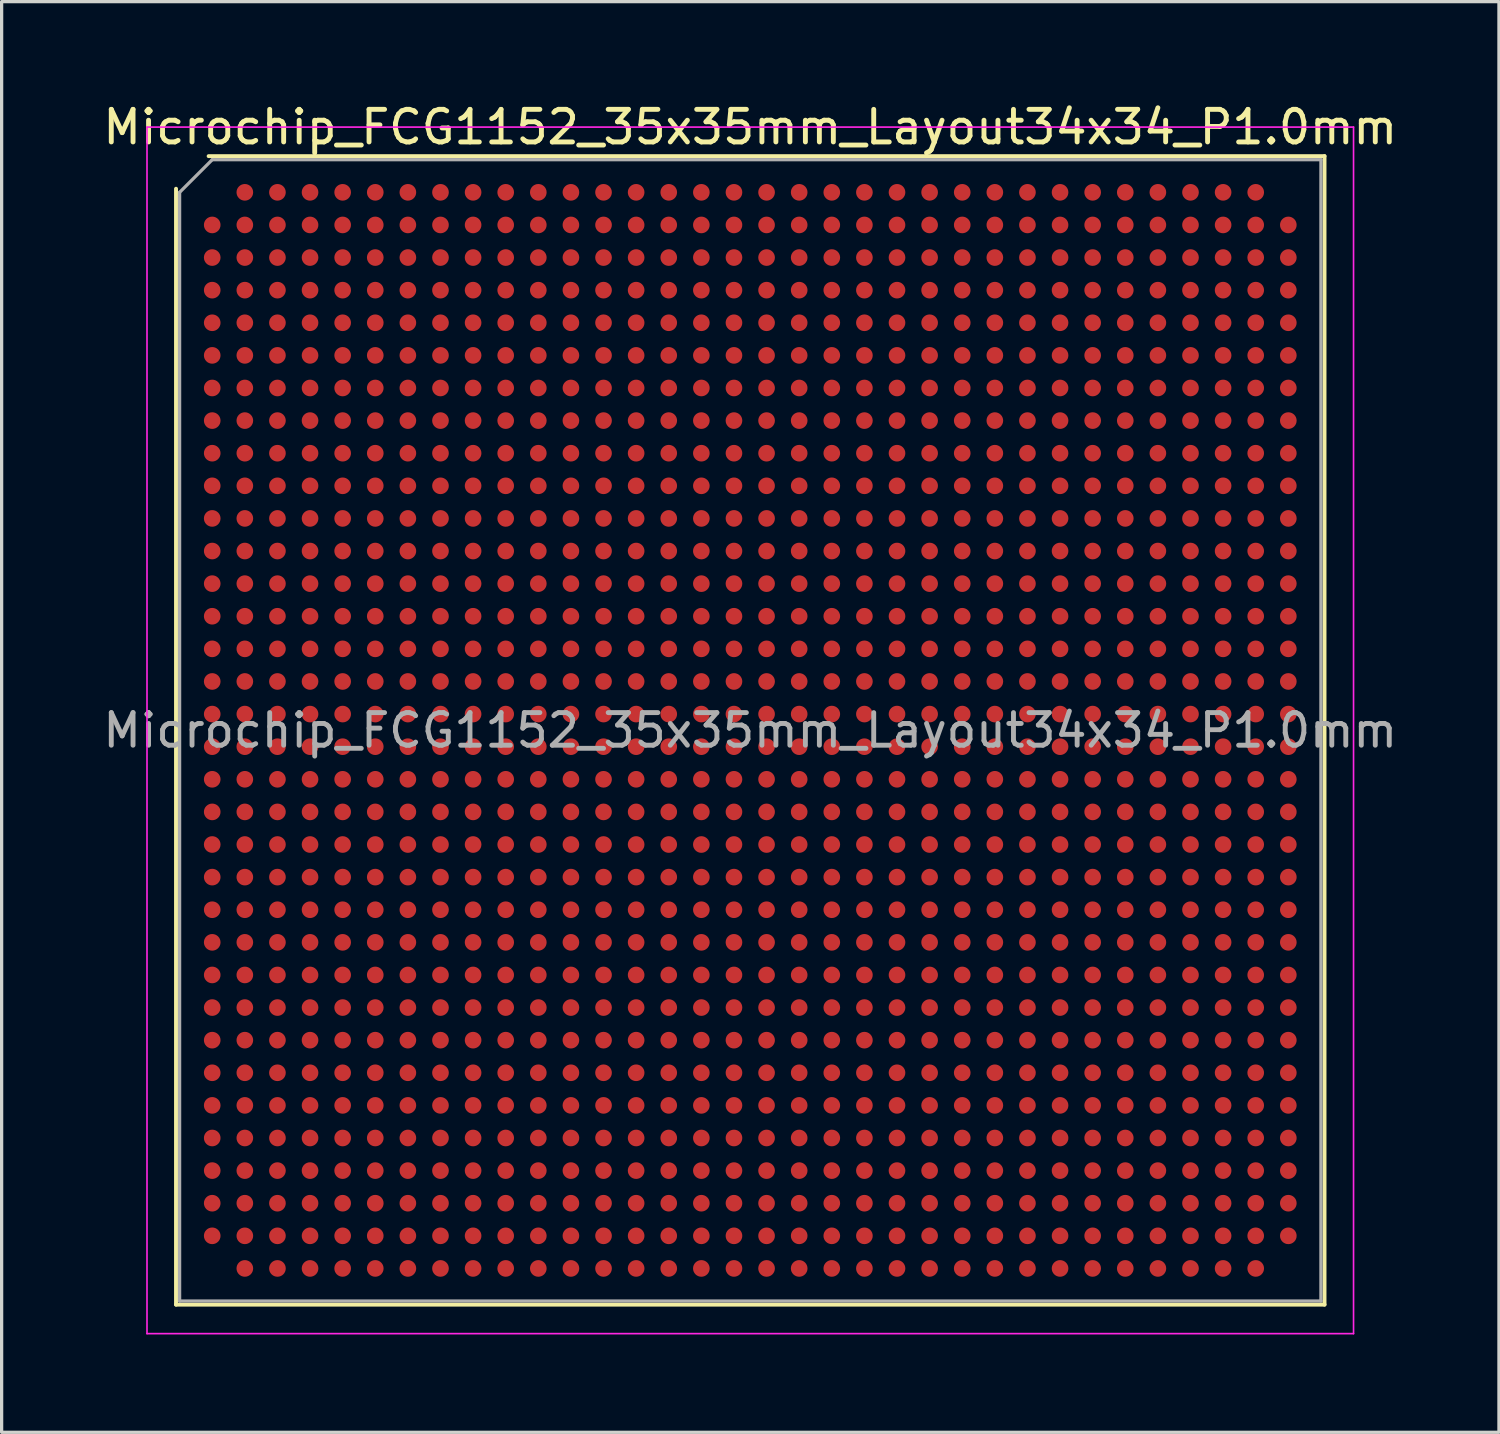
<source format=kicad_pcb>
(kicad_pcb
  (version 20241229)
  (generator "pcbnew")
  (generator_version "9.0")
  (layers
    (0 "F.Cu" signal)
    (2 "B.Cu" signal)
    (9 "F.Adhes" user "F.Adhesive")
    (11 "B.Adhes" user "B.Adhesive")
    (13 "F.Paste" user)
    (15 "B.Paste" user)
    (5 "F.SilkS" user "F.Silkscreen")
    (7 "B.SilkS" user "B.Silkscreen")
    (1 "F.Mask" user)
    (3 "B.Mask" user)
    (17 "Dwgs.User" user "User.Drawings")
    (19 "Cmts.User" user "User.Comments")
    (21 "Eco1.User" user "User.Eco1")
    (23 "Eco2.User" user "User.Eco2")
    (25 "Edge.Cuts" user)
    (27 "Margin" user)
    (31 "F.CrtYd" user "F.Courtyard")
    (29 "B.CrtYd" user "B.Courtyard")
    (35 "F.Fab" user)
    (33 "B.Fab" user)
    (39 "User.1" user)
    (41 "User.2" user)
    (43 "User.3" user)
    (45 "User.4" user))
  (footprint "Microchip_FCG1152_35x35mm_Layout34x34_P1.0mm"
    (layer "F.Cu")
    (at 19.958 19.348)
    (property "Reference" "Microchip_FCG1152_35x35mm_Layout34x34_P1.0mm" (at 0 -18.5 0) (layer "F.SilkS") (effects (font (size 1 1) (thickness 0.15))))
    (attr smd)
    (fp_line (start -17.61 17.61) (end -17.61 -16.61) (stroke (width 0.12) (type solid)) (layer "F.SilkS"))
    (fp_line (start -16.61 -17.61) (end 17.61 -17.61) (stroke (width 0.12) (type solid)) (layer "F.SilkS"))
    (fp_line (start 17.61 -17.61) (end 17.61 17.61) (stroke (width 0.12) (type solid)) (layer "F.SilkS"))
    (fp_line (start 17.61 17.61) (end -17.61 17.61) (stroke (width 0.12) (type solid)) (layer "F.SilkS"))
    (fp_line (start -18.5 -18.5) (end -18.5 18.5) (stroke (width 0.05) (type solid)) (layer "F.CrtYd"))
    (fp_line (start -18.5 18.5) (end 18.5 18.5) (stroke (width 0.05) (type solid)) (layer "F.CrtYd"))
    (fp_line (start 18.5 -18.5) (end -18.5 -18.5) (stroke (width 0.05) (type solid)) (layer "F.CrtYd"))
    (fp_line (start 18.5 18.5) (end 18.5 -18.5) (stroke (width 0.05) (type solid)) (layer "F.CrtYd"))
    (fp_line (start -17.5 -16.5) (end -16.5 -17.5) (stroke (width 0.1) (type solid)) (layer "F.Fab"))
    (fp_line (start -17.5 17.5) (end -17.5 -16.5) (stroke (width 0.1) (type solid)) (layer "F.Fab"))
    (fp_line (start -16.5 -17.5) (end 17.5 -17.5) (stroke (width 0.1) (type solid)) (layer "F.Fab"))
    (fp_line (start 17.5 -17.5) (end 17.5 17.5) (stroke (width 0.1) (type solid)) (layer "F.Fab"))
    (fp_line (start 17.5 17.5) (end -17.5 17.5) (stroke (width 0.1) (type solid)) (layer "F.Fab"))
    (fp_text user "${REFERENCE}" (at 0 0 0) (layer "F.Fab") (effects (font (size 1 1) (thickness 0.15))))
    (pad "A2" smd circle (at -15.5 -16.5) (size 0.51 0.51) (layers "F.Cu" "F.Mask" "F.Paste"))
    (pad "A3" smd circle (at -14.5 -16.5) (size 0.51 0.51) (layers "F.Cu" "F.Mask" "F.Paste"))
    (pad "A4" smd circle (at -13.5 -16.5) (size 0.51 0.51) (layers "F.Cu" "F.Mask" "F.Paste"))
    (pad "A5" smd circle (at -12.5 -16.5) (size 0.51 0.51) (layers "F.Cu" "F.Mask" "F.Paste"))
    (pad "A6" smd circle (at -11.5 -16.5) (size 0.51 0.51) (layers "F.Cu" "F.Mask" "F.Paste"))
    (pad "A7" smd circle (at -10.5 -16.5) (size 0.51 0.51) (layers "F.Cu" "F.Mask" "F.Paste"))
    (pad "A8" smd circle (at -9.5 -16.5) (size 0.51 0.51) (layers "F.Cu" "F.Mask" "F.Paste"))
    (pad "A9" smd circle (at -8.5 -16.5) (size 0.51 0.51) (layers "F.Cu" "F.Mask" "F.Paste"))
    (pad "A10" smd circle (at -7.5 -16.5) (size 0.51 0.51) (layers "F.Cu" "F.Mask" "F.Paste"))
    (pad "A11" smd circle (at -6.5 -16.5) (size 0.51 0.51) (layers "F.Cu" "F.Mask" "F.Paste"))
    (pad "A12" smd circle (at -5.5 -16.5) (size 0.51 0.51) (layers "F.Cu" "F.Mask" "F.Paste"))
    (pad "A13" smd circle (at -4.5 -16.5) (size 0.51 0.51) (layers "F.Cu" "F.Mask" "F.Paste"))
    (pad "A14" smd circle (at -3.5 -16.5) (size 0.51 0.51) (layers "F.Cu" "F.Mask" "F.Paste"))
    (pad "A15" smd circle (at -2.5 -16.5) (size 0.51 0.51) (layers "F.Cu" "F.Mask" "F.Paste"))
    (pad "A16" smd circle (at -1.5 -16.5) (size 0.51 0.51) (layers "F.Cu" "F.Mask" "F.Paste"))
    (pad "A17" smd circle (at -0.5 -16.5) (size 0.51 0.51) (layers "F.Cu" "F.Mask" "F.Paste"))
    (pad "A18" smd circle (at 0.5 -16.5) (size 0.51 0.51) (layers "F.Cu" "F.Mask" "F.Paste"))
    (pad "A19" smd circle (at 1.5 -16.5) (size 0.51 0.51) (layers "F.Cu" "F.Mask" "F.Paste"))
    (pad "A20" smd circle (at 2.5 -16.5) (size 0.51 0.51) (layers "F.Cu" "F.Mask" "F.Paste"))
    (pad "A21" smd circle (at 3.5 -16.5) (size 0.51 0.51) (layers "F.Cu" "F.Mask" "F.Paste"))
    (pad "A22" smd circle (at 4.5 -16.5) (size 0.51 0.51) (layers "F.Cu" "F.Mask" "F.Paste"))
    (pad "A23" smd circle (at 5.5 -16.5) (size 0.51 0.51) (layers "F.Cu" "F.Mask" "F.Paste"))
    (pad "A24" smd circle (at 6.5 -16.5) (size 0.51 0.51) (layers "F.Cu" "F.Mask" "F.Paste"))
    (pad "A25" smd circle (at 7.5 -16.5) (size 0.51 0.51) (layers "F.Cu" "F.Mask" "F.Paste"))
    (pad "A26" smd circle (at 8.5 -16.5) (size 0.51 0.51) (layers "F.Cu" "F.Mask" "F.Paste"))
    (pad "A27" smd circle (at 9.5 -16.5) (size 0.51 0.51) (layers "F.Cu" "F.Mask" "F.Paste"))
    (pad "A28" smd circle (at 10.5 -16.5) (size 0.51 0.51) (layers "F.Cu" "F.Mask" "F.Paste"))
    (pad "A29" smd circle (at 11.5 -16.5) (size 0.51 0.51) (layers "F.Cu" "F.Mask" "F.Paste"))
    (pad "A30" smd circle (at 12.5 -16.5) (size 0.51 0.51) (layers "F.Cu" "F.Mask" "F.Paste"))
    (pad "A31" smd circle (at 13.5 -16.5) (size 0.51 0.51) (layers "F.Cu" "F.Mask" "F.Paste"))
    (pad "A32" smd circle (at 14.5 -16.5) (size 0.51 0.51) (layers "F.Cu" "F.Mask" "F.Paste"))
    (pad "A33" smd circle (at 15.5 -16.5) (size 0.51 0.51) (layers "F.Cu" "F.Mask" "F.Paste"))
    (pad "AA1" smd circle (at -16.5 3.5) (size 0.51 0.51) (layers "F.Cu" "F.Mask" "F.Paste"))
    (pad "AA2" smd circle (at -15.5 3.5) (size 0.51 0.51) (layers "F.Cu" "F.Mask" "F.Paste"))
    (pad "AA3" smd circle (at -14.5 3.5) (size 0.51 0.51) (layers "F.Cu" "F.Mask" "F.Paste"))
    (pad "AA4" smd circle (at -13.5 3.5) (size 0.51 0.51) (layers "F.Cu" "F.Mask" "F.Paste"))
    (pad "AA5" smd circle (at -12.5 3.5) (size 0.51 0.51) (layers "F.Cu" "F.Mask" "F.Paste"))
    (pad "AA6" smd circle (at -11.5 3.5) (size 0.51 0.51) (layers "F.Cu" "F.Mask" "F.Paste"))
    (pad "AA7" smd circle (at -10.5 3.5) (size 0.51 0.51) (layers "F.Cu" "F.Mask" "F.Paste"))
    (pad "AA8" smd circle (at -9.5 3.5) (size 0.51 0.51) (layers "F.Cu" "F.Mask" "F.Paste"))
    (pad "AA9" smd circle (at -8.5 3.5) (size 0.51 0.51) (layers "F.Cu" "F.Mask" "F.Paste"))
    (pad "AA10" smd circle (at -7.5 3.5) (size 0.51 0.51) (layers "F.Cu" "F.Mask" "F.Paste"))
    (pad "AA11" smd circle (at -6.5 3.5) (size 0.51 0.51) (layers "F.Cu" "F.Mask" "F.Paste"))
    (pad "AA12" smd circle (at -5.5 3.5) (size 0.51 0.51) (layers "F.Cu" "F.Mask" "F.Paste"))
    (pad "AA13" smd circle (at -4.5 3.5) (size 0.51 0.51) (layers "F.Cu" "F.Mask" "F.Paste"))
    (pad "AA14" smd circle (at -3.5 3.5) (size 0.51 0.51) (layers "F.Cu" "F.Mask" "F.Paste"))
    (pad "AA15" smd circle (at -2.5 3.5) (size 0.51 0.51) (layers "F.Cu" "F.Mask" "F.Paste"))
    (pad "AA16" smd circle (at -1.5 3.5) (size 0.51 0.51) (layers "F.Cu" "F.Mask" "F.Paste"))
    (pad "AA17" smd circle (at -0.5 3.5) (size 0.51 0.51) (layers "F.Cu" "F.Mask" "F.Paste"))
    (pad "AA18" smd circle (at 0.5 3.5) (size 0.51 0.51) (layers "F.Cu" "F.Mask" "F.Paste"))
    (pad "AA19" smd circle (at 1.5 3.5) (size 0.51 0.51) (layers "F.Cu" "F.Mask" "F.Paste"))
    (pad "AA20" smd circle (at 2.5 3.5) (size 0.51 0.51) (layers "F.Cu" "F.Mask" "F.Paste"))
    (pad "AA21" smd circle (at 3.5 3.5) (size 0.51 0.51) (layers "F.Cu" "F.Mask" "F.Paste"))
    (pad "AA22" smd circle (at 4.5 3.5) (size 0.51 0.51) (layers "F.Cu" "F.Mask" "F.Paste"))
    (pad "AA23" smd circle (at 5.5 3.5) (size 0.51 0.51) (layers "F.Cu" "F.Mask" "F.Paste"))
    (pad "AA24" smd circle (at 6.5 3.5) (size 0.51 0.51) (layers "F.Cu" "F.Mask" "F.Paste"))
    (pad "AA25" smd circle (at 7.5 3.5) (size 0.51 0.51) (layers "F.Cu" "F.Mask" "F.Paste"))
    (pad "AA26" smd circle (at 8.5 3.5) (size 0.51 0.51) (layers "F.Cu" "F.Mask" "F.Paste"))
    (pad "AA27" smd circle (at 9.5 3.5) (size 0.51 0.51) (layers "F.Cu" "F.Mask" "F.Paste"))
    (pad "AA28" smd circle (at 10.5 3.5) (size 0.51 0.51) (layers "F.Cu" "F.Mask" "F.Paste"))
    (pad "AA29" smd circle (at 11.5 3.5) (size 0.51 0.51) (layers "F.Cu" "F.Mask" "F.Paste"))
    (pad "AA30" smd circle (at 12.5 3.5) (size 0.51 0.51) (layers "F.Cu" "F.Mask" "F.Paste"))
    (pad "AA31" smd circle (at 13.5 3.5) (size 0.51 0.51) (layers "F.Cu" "F.Mask" "F.Paste"))
    (pad "AA32" smd circle (at 14.5 3.5) (size 0.51 0.51) (layers "F.Cu" "F.Mask" "F.Paste"))
    (pad "AA33" smd circle (at 15.5 3.5) (size 0.51 0.51) (layers "F.Cu" "F.Mask" "F.Paste"))
    (pad "AA34" smd circle (at 16.5 3.5) (size 0.51 0.51) (layers "F.Cu" "F.Mask" "F.Paste"))
    (pad "AB1" smd circle (at -16.5 4.5) (size 0.51 0.51) (layers "F.Cu" "F.Mask" "F.Paste"))
    (pad "AB2" smd circle (at -15.5 4.5) (size 0.51 0.51) (layers "F.Cu" "F.Mask" "F.Paste"))
    (pad "AB3" smd circle (at -14.5 4.5) (size 0.51 0.51) (layers "F.Cu" "F.Mask" "F.Paste"))
    (pad "AB4" smd circle (at -13.5 4.5) (size 0.51 0.51) (layers "F.Cu" "F.Mask" "F.Paste"))
    (pad "AB5" smd circle (at -12.5 4.5) (size 0.51 0.51) (layers "F.Cu" "F.Mask" "F.Paste"))
    (pad "AB6" smd circle (at -11.5 4.5) (size 0.51 0.51) (layers "F.Cu" "F.Mask" "F.Paste"))
    (pad "AB7" smd circle (at -10.5 4.5) (size 0.51 0.51) (layers "F.Cu" "F.Mask" "F.Paste"))
    (pad "AB8" smd circle (at -9.5 4.5) (size 0.51 0.51) (layers "F.Cu" "F.Mask" "F.Paste"))
    (pad "AB9" smd circle (at -8.5 4.5) (size 0.51 0.51) (layers "F.Cu" "F.Mask" "F.Paste"))
    (pad "AB10" smd circle (at -7.5 4.5) (size 0.51 0.51) (layers "F.Cu" "F.Mask" "F.Paste"))
    (pad "AB11" smd circle (at -6.5 4.5) (size 0.51 0.51) (layers "F.Cu" "F.Mask" "F.Paste"))
    (pad "AB12" smd circle (at -5.5 4.5) (size 0.51 0.51) (layers "F.Cu" "F.Mask" "F.Paste"))
    (pad "AB13" smd circle (at -4.5 4.5) (size 0.51 0.51) (layers "F.Cu" "F.Mask" "F.Paste"))
    (pad "AB14" smd circle (at -3.5 4.5) (size 0.51 0.51) (layers "F.Cu" "F.Mask" "F.Paste"))
    (pad "AB15" smd circle (at -2.5 4.5) (size 0.51 0.51) (layers "F.Cu" "F.Mask" "F.Paste"))
    (pad "AB16" smd circle (at -1.5 4.5) (size 0.51 0.51) (layers "F.Cu" "F.Mask" "F.Paste"))
    (pad "AB17" smd circle (at -0.5 4.5) (size 0.51 0.51) (layers "F.Cu" "F.Mask" "F.Paste"))
    (pad "AB18" smd circle (at 0.5 4.5) (size 0.51 0.51) (layers "F.Cu" "F.Mask" "F.Paste"))
    (pad "AB19" smd circle (at 1.5 4.5) (size 0.51 0.51) (layers "F.Cu" "F.Mask" "F.Paste"))
    (pad "AB20" smd circle (at 2.5 4.5) (size 0.51 0.51) (layers "F.Cu" "F.Mask" "F.Paste"))
    (pad "AB21" smd circle (at 3.5 4.5) (size 0.51 0.51) (layers "F.Cu" "F.Mask" "F.Paste"))
    (pad "AB22" smd circle (at 4.5 4.5) (size 0.51 0.51) (layers "F.Cu" "F.Mask" "F.Paste"))
    (pad "AB23" smd circle (at 5.5 4.5) (size 0.51 0.51) (layers "F.Cu" "F.Mask" "F.Paste"))
    (pad "AB24" smd circle (at 6.5 4.5) (size 0.51 0.51) (layers "F.Cu" "F.Mask" "F.Paste"))
    (pad "AB25" smd circle (at 7.5 4.5) (size 0.51 0.51) (layers "F.Cu" "F.Mask" "F.Paste"))
    (pad "AB26" smd circle (at 8.5 4.5) (size 0.51 0.51) (layers "F.Cu" "F.Mask" "F.Paste"))
    (pad "AB27" smd circle (at 9.5 4.5) (size 0.51 0.51) (layers "F.Cu" "F.Mask" "F.Paste"))
    (pad "AB28" smd circle (at 10.5 4.5) (size 0.51 0.51) (layers "F.Cu" "F.Mask" "F.Paste"))
    (pad "AB29" smd circle (at 11.5 4.5) (size 0.51 0.51) (layers "F.Cu" "F.Mask" "F.Paste"))
    (pad "AB30" smd circle (at 12.5 4.5) (size 0.51 0.51) (layers "F.Cu" "F.Mask" "F.Paste"))
    (pad "AB31" smd circle (at 13.5 4.5) (size 0.51 0.51) (layers "F.Cu" "F.Mask" "F.Paste"))
    (pad "AB32" smd circle (at 14.5 4.5) (size 0.51 0.51) (layers "F.Cu" "F.Mask" "F.Paste"))
    (pad "AB33" smd circle (at 15.5 4.5) (size 0.51 0.51) (layers "F.Cu" "F.Mask" "F.Paste"))
    (pad "AB34" smd circle (at 16.5 4.5) (size 0.51 0.51) (layers "F.Cu" "F.Mask" "F.Paste"))
    (pad "AC1" smd circle (at -16.5 5.5) (size 0.51 0.51) (layers "F.Cu" "F.Mask" "F.Paste"))
    (pad "AC2" smd circle (at -15.5 5.5) (size 0.51 0.51) (layers "F.Cu" "F.Mask" "F.Paste"))
    (pad "AC3" smd circle (at -14.5 5.5) (size 0.51 0.51) (layers "F.Cu" "F.Mask" "F.Paste"))
    (pad "AC4" smd circle (at -13.5 5.5) (size 0.51 0.51) (layers "F.Cu" "F.Mask" "F.Paste"))
    (pad "AC5" smd circle (at -12.5 5.5) (size 0.51 0.51) (layers "F.Cu" "F.Mask" "F.Paste"))
    (pad "AC6" smd circle (at -11.5 5.5) (size 0.51 0.51) (layers "F.Cu" "F.Mask" "F.Paste"))
    (pad "AC7" smd circle (at -10.5 5.5) (size 0.51 0.51) (layers "F.Cu" "F.Mask" "F.Paste"))
    (pad "AC8" smd circle (at -9.5 5.5) (size 0.51 0.51) (layers "F.Cu" "F.Mask" "F.Paste"))
    (pad "AC9" smd circle (at -8.5 5.5) (size 0.51 0.51) (layers "F.Cu" "F.Mask" "F.Paste"))
    (pad "AC10" smd circle (at -7.5 5.5) (size 0.51 0.51) (layers "F.Cu" "F.Mask" "F.Paste"))
    (pad "AC11" smd circle (at -6.5 5.5) (size 0.51 0.51) (layers "F.Cu" "F.Mask" "F.Paste"))
    (pad "AC12" smd circle (at -5.5 5.5) (size 0.51 0.51) (layers "F.Cu" "F.Mask" "F.Paste"))
    (pad "AC13" smd circle (at -4.5 5.5) (size 0.51 0.51) (layers "F.Cu" "F.Mask" "F.Paste"))
    (pad "AC14" smd circle (at -3.5 5.5) (size 0.51 0.51) (layers "F.Cu" "F.Mask" "F.Paste"))
    (pad "AC15" smd circle (at -2.5 5.5) (size 0.51 0.51) (layers "F.Cu" "F.Mask" "F.Paste"))
    (pad "AC16" smd circle (at -1.5 5.5) (size 0.51 0.51) (layers "F.Cu" "F.Mask" "F.Paste"))
    (pad "AC17" smd circle (at -0.5 5.5) (size 0.51 0.51) (layers "F.Cu" "F.Mask" "F.Paste"))
    (pad "AC18" smd circle (at 0.5 5.5) (size 0.51 0.51) (layers "F.Cu" "F.Mask" "F.Paste"))
    (pad "AC19" smd circle (at 1.5 5.5) (size 0.51 0.51) (layers "F.Cu" "F.Mask" "F.Paste"))
    (pad "AC20" smd circle (at 2.5 5.5) (size 0.51 0.51) (layers "F.Cu" "F.Mask" "F.Paste"))
    (pad "AC21" smd circle (at 3.5 5.5) (size 0.51 0.51) (layers "F.Cu" "F.Mask" "F.Paste"))
    (pad "AC22" smd circle (at 4.5 5.5) (size 0.51 0.51) (layers "F.Cu" "F.Mask" "F.Paste"))
    (pad "AC23" smd circle (at 5.5 5.5) (size 0.51 0.51) (layers "F.Cu" "F.Mask" "F.Paste"))
    (pad "AC24" smd circle (at 6.5 5.5) (size 0.51 0.51) (layers "F.Cu" "F.Mask" "F.Paste"))
    (pad "AC25" smd circle (at 7.5 5.5) (size 0.51 0.51) (layers "F.Cu" "F.Mask" "F.Paste"))
    (pad "AC26" smd circle (at 8.5 5.5) (size 0.51 0.51) (layers "F.Cu" "F.Mask" "F.Paste"))
    (pad "AC27" smd circle (at 9.5 5.5) (size 0.51 0.51) (layers "F.Cu" "F.Mask" "F.Paste"))
    (pad "AC28" smd circle (at 10.5 5.5) (size 0.51 0.51) (layers "F.Cu" "F.Mask" "F.Paste"))
    (pad "AC29" smd circle (at 11.5 5.5) (size 0.51 0.51) (layers "F.Cu" "F.Mask" "F.Paste"))
    (pad "AC30" smd circle (at 12.5 5.5) (size 0.51 0.51) (layers "F.Cu" "F.Mask" "F.Paste"))
    (pad "AC31" smd circle (at 13.5 5.5) (size 0.51 0.51) (layers "F.Cu" "F.Mask" "F.Paste"))
    (pad "AC32" smd circle (at 14.5 5.5) (size 0.51 0.51) (layers "F.Cu" "F.Mask" "F.Paste"))
    (pad "AC33" smd circle (at 15.5 5.5) (size 0.51 0.51) (layers "F.Cu" "F.Mask" "F.Paste"))
    (pad "AC34" smd circle (at 16.5 5.5) (size 0.51 0.51) (layers "F.Cu" "F.Mask" "F.Paste"))
    (pad "AD1" smd circle (at -16.5 6.5) (size 0.51 0.51) (layers "F.Cu" "F.Mask" "F.Paste"))
    (pad "AD2" smd circle (at -15.5 6.5) (size 0.51 0.51) (layers "F.Cu" "F.Mask" "F.Paste"))
    (pad "AD3" smd circle (at -14.5 6.5) (size 0.51 0.51) (layers "F.Cu" "F.Mask" "F.Paste"))
    (pad "AD4" smd circle (at -13.5 6.5) (size 0.51 0.51) (layers "F.Cu" "F.Mask" "F.Paste"))
    (pad "AD5" smd circle (at -12.5 6.5) (size 0.51 0.51) (layers "F.Cu" "F.Mask" "F.Paste"))
    (pad "AD6" smd circle (at -11.5 6.5) (size 0.51 0.51) (layers "F.Cu" "F.Mask" "F.Paste"))
    (pad "AD7" smd circle (at -10.5 6.5) (size 0.51 0.51) (layers "F.Cu" "F.Mask" "F.Paste"))
    (pad "AD8" smd circle (at -9.5 6.5) (size 0.51 0.51) (layers "F.Cu" "F.Mask" "F.Paste"))
    (pad "AD9" smd circle (at -8.5 6.5) (size 0.51 0.51) (layers "F.Cu" "F.Mask" "F.Paste"))
    (pad "AD10" smd circle (at -7.5 6.5) (size 0.51 0.51) (layers "F.Cu" "F.Mask" "F.Paste"))
    (pad "AD11" smd circle (at -6.5 6.5) (size 0.51 0.51) (layers "F.Cu" "F.Mask" "F.Paste"))
    (pad "AD12" smd circle (at -5.5 6.5) (size 0.51 0.51) (layers "F.Cu" "F.Mask" "F.Paste"))
    (pad "AD13" smd circle (at -4.5 6.5) (size 0.51 0.51) (layers "F.Cu" "F.Mask" "F.Paste"))
    (pad "AD14" smd circle (at -3.5 6.5) (size 0.51 0.51) (layers "F.Cu" "F.Mask" "F.Paste"))
    (pad "AD15" smd circle (at -2.5 6.5) (size 0.51 0.51) (layers "F.Cu" "F.Mask" "F.Paste"))
    (pad "AD16" smd circle (at -1.5 6.5) (size 0.51 0.51) (layers "F.Cu" "F.Mask" "F.Paste"))
    (pad "AD17" smd circle (at -0.5 6.5) (size 0.51 0.51) (layers "F.Cu" "F.Mask" "F.Paste"))
    (pad "AD18" smd circle (at 0.5 6.5) (size 0.51 0.51) (layers "F.Cu" "F.Mask" "F.Paste"))
    (pad "AD19" smd circle (at 1.5 6.5) (size 0.51 0.51) (layers "F.Cu" "F.Mask" "F.Paste"))
    (pad "AD20" smd circle (at 2.5 6.5) (size 0.51 0.51) (layers "F.Cu" "F.Mask" "F.Paste"))
    (pad "AD21" smd circle (at 3.5 6.5) (size 0.51 0.51) (layers "F.Cu" "F.Mask" "F.Paste"))
    (pad "AD22" smd circle (at 4.5 6.5) (size 0.51 0.51) (layers "F.Cu" "F.Mask" "F.Paste"))
    (pad "AD23" smd circle (at 5.5 6.5) (size 0.51 0.51) (layers "F.Cu" "F.Mask" "F.Paste"))
    (pad "AD24" smd circle (at 6.5 6.5) (size 0.51 0.51) (layers "F.Cu" "F.Mask" "F.Paste"))
    (pad "AD25" smd circle (at 7.5 6.5) (size 0.51 0.51) (layers "F.Cu" "F.Mask" "F.Paste"))
    (pad "AD26" smd circle (at 8.5 6.5) (size 0.51 0.51) (layers "F.Cu" "F.Mask" "F.Paste"))
    (pad "AD27" smd circle (at 9.5 6.5) (size 0.51 0.51) (layers "F.Cu" "F.Mask" "F.Paste"))
    (pad "AD28" smd circle (at 10.5 6.5) (size 0.51 0.51) (layers "F.Cu" "F.Mask" "F.Paste"))
    (pad "AD29" smd circle (at 11.5 6.5) (size 0.51 0.51) (layers "F.Cu" "F.Mask" "F.Paste"))
    (pad "AD30" smd circle (at 12.5 6.5) (size 0.51 0.51) (layers "F.Cu" "F.Mask" "F.Paste"))
    (pad "AD31" smd circle (at 13.5 6.5) (size 0.51 0.51) (layers "F.Cu" "F.Mask" "F.Paste"))
    (pad "AD32" smd circle (at 14.5 6.5) (size 0.51 0.51) (layers "F.Cu" "F.Mask" "F.Paste"))
    (pad "AD33" smd circle (at 15.5 6.5) (size 0.51 0.51) (layers "F.Cu" "F.Mask" "F.Paste"))
    (pad "AD34" smd circle (at 16.5 6.5) (size 0.51 0.51) (layers "F.Cu" "F.Mask" "F.Paste"))
    (pad "AE1" smd circle (at -16.5 7.5) (size 0.51 0.51) (layers "F.Cu" "F.Mask" "F.Paste"))
    (pad "AE2" smd circle (at -15.5 7.5) (size 0.51 0.51) (layers "F.Cu" "F.Mask" "F.Paste"))
    (pad "AE3" smd circle (at -14.5 7.5) (size 0.51 0.51) (layers "F.Cu" "F.Mask" "F.Paste"))
    (pad "AE4" smd circle (at -13.5 7.5) (size 0.51 0.51) (layers "F.Cu" "F.Mask" "F.Paste"))
    (pad "AE5" smd circle (at -12.5 7.5) (size 0.51 0.51) (layers "F.Cu" "F.Mask" "F.Paste"))
    (pad "AE6" smd circle (at -11.5 7.5) (size 0.51 0.51) (layers "F.Cu" "F.Mask" "F.Paste"))
    (pad "AE7" smd circle (at -10.5 7.5) (size 0.51 0.51) (layers "F.Cu" "F.Mask" "F.Paste"))
    (pad "AE8" smd circle (at -9.5 7.5) (size 0.51 0.51) (layers "F.Cu" "F.Mask" "F.Paste"))
    (pad "AE9" smd circle (at -8.5 7.5) (size 0.51 0.51) (layers "F.Cu" "F.Mask" "F.Paste"))
    (pad "AE10" smd circle (at -7.5 7.5) (size 0.51 0.51) (layers "F.Cu" "F.Mask" "F.Paste"))
    (pad "AE11" smd circle (at -6.5 7.5) (size 0.51 0.51) (layers "F.Cu" "F.Mask" "F.Paste"))
    (pad "AE12" smd circle (at -5.5 7.5) (size 0.51 0.51) (layers "F.Cu" "F.Mask" "F.Paste"))
    (pad "AE13" smd circle (at -4.5 7.5) (size 0.51 0.51) (layers "F.Cu" "F.Mask" "F.Paste"))
    (pad "AE14" smd circle (at -3.5 7.5) (size 0.51 0.51) (layers "F.Cu" "F.Mask" "F.Paste"))
    (pad "AE15" smd circle (at -2.5 7.5) (size 0.51 0.51) (layers "F.Cu" "F.Mask" "F.Paste"))
    (pad "AE16" smd circle (at -1.5 7.5) (size 0.51 0.51) (layers "F.Cu" "F.Mask" "F.Paste"))
    (pad "AE17" smd circle (at -0.5 7.5) (size 0.51 0.51) (layers "F.Cu" "F.Mask" "F.Paste"))
    (pad "AE18" smd circle (at 0.5 7.5) (size 0.51 0.51) (layers "F.Cu" "F.Mask" "F.Paste"))
    (pad "AE19" smd circle (at 1.5 7.5) (size 0.51 0.51) (layers "F.Cu" "F.Mask" "F.Paste"))
    (pad "AE20" smd circle (at 2.5 7.5) (size 0.51 0.51) (layers "F.Cu" "F.Mask" "F.Paste"))
    (pad "AE21" smd circle (at 3.5 7.5) (size 0.51 0.51) (layers "F.Cu" "F.Mask" "F.Paste"))
    (pad "AE22" smd circle (at 4.5 7.5) (size 0.51 0.51) (layers "F.Cu" "F.Mask" "F.Paste"))
    (pad "AE23" smd circle (at 5.5 7.5) (size 0.51 0.51) (layers "F.Cu" "F.Mask" "F.Paste"))
    (pad "AE24" smd circle (at 6.5 7.5) (size 0.51 0.51) (layers "F.Cu" "F.Mask" "F.Paste"))
    (pad "AE25" smd circle (at 7.5 7.5) (size 0.51 0.51) (layers "F.Cu" "F.Mask" "F.Paste"))
    (pad "AE26" smd circle (at 8.5 7.5) (size 0.51 0.51) (layers "F.Cu" "F.Mask" "F.Paste"))
    (pad "AE27" smd circle (at 9.5 7.5) (size 0.51 0.51) (layers "F.Cu" "F.Mask" "F.Paste"))
    (pad "AE28" smd circle (at 10.5 7.5) (size 0.51 0.51) (layers "F.Cu" "F.Mask" "F.Paste"))
    (pad "AE29" smd circle (at 11.5 7.5) (size 0.51 0.51) (layers "F.Cu" "F.Mask" "F.Paste"))
    (pad "AE30" smd circle (at 12.5 7.5) (size 0.51 0.51) (layers "F.Cu" "F.Mask" "F.Paste"))
    (pad "AE31" smd circle (at 13.5 7.5) (size 0.51 0.51) (layers "F.Cu" "F.Mask" "F.Paste"))
    (pad "AE32" smd circle (at 14.5 7.5) (size 0.51 0.51) (layers "F.Cu" "F.Mask" "F.Paste"))
    (pad "AE33" smd circle (at 15.5 7.5) (size 0.51 0.51) (layers "F.Cu" "F.Mask" "F.Paste"))
    (pad "AE34" smd circle (at 16.5 7.5) (size 0.51 0.51) (layers "F.Cu" "F.Mask" "F.Paste"))
    (pad "AF1" smd circle (at -16.5 8.5) (size 0.51 0.51) (layers "F.Cu" "F.Mask" "F.Paste"))
    (pad "AF2" smd circle (at -15.5 8.5) (size 0.51 0.51) (layers "F.Cu" "F.Mask" "F.Paste"))
    (pad "AF3" smd circle (at -14.5 8.5) (size 0.51 0.51) (layers "F.Cu" "F.Mask" "F.Paste"))
    (pad "AF4" smd circle (at -13.5 8.5) (size 0.51 0.51) (layers "F.Cu" "F.Mask" "F.Paste"))
    (pad "AF5" smd circle (at -12.5 8.5) (size 0.51 0.51) (layers "F.Cu" "F.Mask" "F.Paste"))
    (pad "AF6" smd circle (at -11.5 8.5) (size 0.51 0.51) (layers "F.Cu" "F.Mask" "F.Paste"))
    (pad "AF7" smd circle (at -10.5 8.5) (size 0.51 0.51) (layers "F.Cu" "F.Mask" "F.Paste"))
    (pad "AF8" smd circle (at -9.5 8.5) (size 0.51 0.51) (layers "F.Cu" "F.Mask" "F.Paste"))
    (pad "AF9" smd circle (at -8.5 8.5) (size 0.51 0.51) (layers "F.Cu" "F.Mask" "F.Paste"))
    (pad "AF10" smd circle (at -7.5 8.5) (size 0.51 0.51) (layers "F.Cu" "F.Mask" "F.Paste"))
    (pad "AF11" smd circle (at -6.5 8.5) (size 0.51 0.51) (layers "F.Cu" "F.Mask" "F.Paste"))
    (pad "AF12" smd circle (at -5.5 8.5) (size 0.51 0.51) (layers "F.Cu" "F.Mask" "F.Paste"))
    (pad "AF13" smd circle (at -4.5 8.5) (size 0.51 0.51) (layers "F.Cu" "F.Mask" "F.Paste"))
    (pad "AF14" smd circle (at -3.5 8.5) (size 0.51 0.51) (layers "F.Cu" "F.Mask" "F.Paste"))
    (pad "AF15" smd circle (at -2.5 8.5) (size 0.51 0.51) (layers "F.Cu" "F.Mask" "F.Paste"))
    (pad "AF16" smd circle (at -1.5 8.5) (size 0.51 0.51) (layers "F.Cu" "F.Mask" "F.Paste"))
    (pad "AF17" smd circle (at -0.5 8.5) (size 0.51 0.51) (layers "F.Cu" "F.Mask" "F.Paste"))
    (pad "AF18" smd circle (at 0.5 8.5) (size 0.51 0.51) (layers "F.Cu" "F.Mask" "F.Paste"))
    (pad "AF19" smd circle (at 1.5 8.5) (size 0.51 0.51) (layers "F.Cu" "F.Mask" "F.Paste"))
    (pad "AF20" smd circle (at 2.5 8.5) (size 0.51 0.51) (layers "F.Cu" "F.Mask" "F.Paste"))
    (pad "AF21" smd circle (at 3.5 8.5) (size 0.51 0.51) (layers "F.Cu" "F.Mask" "F.Paste"))
    (pad "AF22" smd circle (at 4.5 8.5) (size 0.51 0.51) (layers "F.Cu" "F.Mask" "F.Paste"))
    (pad "AF23" smd circle (at 5.5 8.5) (size 0.51 0.51) (layers "F.Cu" "F.Mask" "F.Paste"))
    (pad "AF24" smd circle (at 6.5 8.5) (size 0.51 0.51) (layers "F.Cu" "F.Mask" "F.Paste"))
    (pad "AF25" smd circle (at 7.5 8.5) (size 0.51 0.51) (layers "F.Cu" "F.Mask" "F.Paste"))
    (pad "AF26" smd circle (at 8.5 8.5) (size 0.51 0.51) (layers "F.Cu" "F.Mask" "F.Paste"))
    (pad "AF27" smd circle (at 9.5 8.5) (size 0.51 0.51) (layers "F.Cu" "F.Mask" "F.Paste"))
    (pad "AF28" smd circle (at 10.5 8.5) (size 0.51 0.51) (layers "F.Cu" "F.Mask" "F.Paste"))
    (pad "AF29" smd circle (at 11.5 8.5) (size 0.51 0.51) (layers "F.Cu" "F.Mask" "F.Paste"))
    (pad "AF30" smd circle (at 12.5 8.5) (size 0.51 0.51) (layers "F.Cu" "F.Mask" "F.Paste"))
    (pad "AF31" smd circle (at 13.5 8.5) (size 0.51 0.51) (layers "F.Cu" "F.Mask" "F.Paste"))
    (pad "AF32" smd circle (at 14.5 8.5) (size 0.51 0.51) (layers "F.Cu" "F.Mask" "F.Paste"))
    (pad "AF33" smd circle (at 15.5 8.5) (size 0.51 0.51) (layers "F.Cu" "F.Mask" "F.Paste"))
    (pad "AF34" smd circle (at 16.5 8.5) (size 0.51 0.51) (layers "F.Cu" "F.Mask" "F.Paste"))
    (pad "AG1" smd circle (at -16.5 9.5) (size 0.51 0.51) (layers "F.Cu" "F.Mask" "F.Paste"))
    (pad "AG2" smd circle (at -15.5 9.5) (size 0.51 0.51) (layers "F.Cu" "F.Mask" "F.Paste"))
    (pad "AG3" smd circle (at -14.5 9.5) (size 0.51 0.51) (layers "F.Cu" "F.Mask" "F.Paste"))
    (pad "AG4" smd circle (at -13.5 9.5) (size 0.51 0.51) (layers "F.Cu" "F.Mask" "F.Paste"))
    (pad "AG5" smd circle (at -12.5 9.5) (size 0.51 0.51) (layers "F.Cu" "F.Mask" "F.Paste"))
    (pad "AG6" smd circle (at -11.5 9.5) (size 0.51 0.51) (layers "F.Cu" "F.Mask" "F.Paste"))
    (pad "AG7" smd circle (at -10.5 9.5) (size 0.51 0.51) (layers "F.Cu" "F.Mask" "F.Paste"))
    (pad "AG8" smd circle (at -9.5 9.5) (size 0.51 0.51) (layers "F.Cu" "F.Mask" "F.Paste"))
    (pad "AG9" smd circle (at -8.5 9.5) (size 0.51 0.51) (layers "F.Cu" "F.Mask" "F.Paste"))
    (pad "AG10" smd circle (at -7.5 9.5) (size 0.51 0.51) (layers "F.Cu" "F.Mask" "F.Paste"))
    (pad "AG11" smd circle (at -6.5 9.5) (size 0.51 0.51) (layers "F.Cu" "F.Mask" "F.Paste"))
    (pad "AG12" smd circle (at -5.5 9.5) (size 0.51 0.51) (layers "F.Cu" "F.Mask" "F.Paste"))
    (pad "AG13" smd circle (at -4.5 9.5) (size 0.51 0.51) (layers "F.Cu" "F.Mask" "F.Paste"))
    (pad "AG14" smd circle (at -3.5 9.5) (size 0.51 0.51) (layers "F.Cu" "F.Mask" "F.Paste"))
    (pad "AG15" smd circle (at -2.5 9.5) (size 0.51 0.51) (layers "F.Cu" "F.Mask" "F.Paste"))
    (pad "AG16" smd circle (at -1.5 9.5) (size 0.51 0.51) (layers "F.Cu" "F.Mask" "F.Paste"))
    (pad "AG17" smd circle (at -0.5 9.5) (size 0.51 0.51) (layers "F.Cu" "F.Mask" "F.Paste"))
    (pad "AG18" smd circle (at 0.5 9.5) (size 0.51 0.51) (layers "F.Cu" "F.Mask" "F.Paste"))
    (pad "AG19" smd circle (at 1.5 9.5) (size 0.51 0.51) (layers "F.Cu" "F.Mask" "F.Paste"))
    (pad "AG20" smd circle (at 2.5 9.5) (size 0.51 0.51) (layers "F.Cu" "F.Mask" "F.Paste"))
    (pad "AG21" smd circle (at 3.5 9.5) (size 0.51 0.51) (layers "F.Cu" "F.Mask" "F.Paste"))
    (pad "AG22" smd circle (at 4.5 9.5) (size 0.51 0.51) (layers "F.Cu" "F.Mask" "F.Paste"))
    (pad "AG23" smd circle (at 5.5 9.5) (size 0.51 0.51) (layers "F.Cu" "F.Mask" "F.Paste"))
    (pad "AG24" smd circle (at 6.5 9.5) (size 0.51 0.51) (layers "F.Cu" "F.Mask" "F.Paste"))
    (pad "AG25" smd circle (at 7.5 9.5) (size 0.51 0.51) (layers "F.Cu" "F.Mask" "F.Paste"))
    (pad "AG26" smd circle (at 8.5 9.5) (size 0.51 0.51) (layers "F.Cu" "F.Mask" "F.Paste"))
    (pad "AG27" smd circle (at 9.5 9.5) (size 0.51 0.51) (layers "F.Cu" "F.Mask" "F.Paste"))
    (pad "AG28" smd circle (at 10.5 9.5) (size 0.51 0.51) (layers "F.Cu" "F.Mask" "F.Paste"))
    (pad "AG29" smd circle (at 11.5 9.5) (size 0.51 0.51) (layers "F.Cu" "F.Mask" "F.Paste"))
    (pad "AG30" smd circle (at 12.5 9.5) (size 0.51 0.51) (layers "F.Cu" "F.Mask" "F.Paste"))
    (pad "AG31" smd circle (at 13.5 9.5) (size 0.51 0.51) (layers "F.Cu" "F.Mask" "F.Paste"))
    (pad "AG32" smd circle (at 14.5 9.5) (size 0.51 0.51) (layers "F.Cu" "F.Mask" "F.Paste"))
    (pad "AG33" smd circle (at 15.5 9.5) (size 0.51 0.51) (layers "F.Cu" "F.Mask" "F.Paste"))
    (pad "AG34" smd circle (at 16.5 9.5) (size 0.51 0.51) (layers "F.Cu" "F.Mask" "F.Paste"))
    (pad "AH1" smd circle (at -16.5 10.5) (size 0.51 0.51) (layers "F.Cu" "F.Mask" "F.Paste"))
    (pad "AH2" smd circle (at -15.5 10.5) (size 0.51 0.51) (layers "F.Cu" "F.Mask" "F.Paste"))
    (pad "AH3" smd circle (at -14.5 10.5) (size 0.51 0.51) (layers "F.Cu" "F.Mask" "F.Paste"))
    (pad "AH4" smd circle (at -13.5 10.5) (size 0.51 0.51) (layers "F.Cu" "F.Mask" "F.Paste"))
    (pad "AH5" smd circle (at -12.5 10.5) (size 0.51 0.51) (layers "F.Cu" "F.Mask" "F.Paste"))
    (pad "AH6" smd circle (at -11.5 10.5) (size 0.51 0.51) (layers "F.Cu" "F.Mask" "F.Paste"))
    (pad "AH7" smd circle (at -10.5 10.5) (size 0.51 0.51) (layers "F.Cu" "F.Mask" "F.Paste"))
    (pad "AH8" smd circle (at -9.5 10.5) (size 0.51 0.51) (layers "F.Cu" "F.Mask" "F.Paste"))
    (pad "AH9" smd circle (at -8.5 10.5) (size 0.51 0.51) (layers "F.Cu" "F.Mask" "F.Paste"))
    (pad "AH10" smd circle (at -7.5 10.5) (size 0.51 0.51) (layers "F.Cu" "F.Mask" "F.Paste"))
    (pad "AH11" smd circle (at -6.5 10.5) (size 0.51 0.51) (layers "F.Cu" "F.Mask" "F.Paste"))
    (pad "AH12" smd circle (at -5.5 10.5) (size 0.51 0.51) (layers "F.Cu" "F.Mask" "F.Paste"))
    (pad "AH13" smd circle (at -4.5 10.5) (size 0.51 0.51) (layers "F.Cu" "F.Mask" "F.Paste"))
    (pad "AH14" smd circle (at -3.5 10.5) (size 0.51 0.51) (layers "F.Cu" "F.Mask" "F.Paste"))
    (pad "AH15" smd circle (at -2.5 10.5) (size 0.51 0.51) (layers "F.Cu" "F.Mask" "F.Paste"))
    (pad "AH16" smd circle (at -1.5 10.5) (size 0.51 0.51) (layers "F.Cu" "F.Mask" "F.Paste"))
    (pad "AH17" smd circle (at -0.5 10.5) (size 0.51 0.51) (layers "F.Cu" "F.Mask" "F.Paste"))
    (pad "AH18" smd circle (at 0.5 10.5) (size 0.51 0.51) (layers "F.Cu" "F.Mask" "F.Paste"))
    (pad "AH19" smd circle (at 1.5 10.5) (size 0.51 0.51) (layers "F.Cu" "F.Mask" "F.Paste"))
    (pad "AH20" smd circle (at 2.5 10.5) (size 0.51 0.51) (layers "F.Cu" "F.Mask" "F.Paste"))
    (pad "AH21" smd circle (at 3.5 10.5) (size 0.51 0.51) (layers "F.Cu" "F.Mask" "F.Paste"))
    (pad "AH22" smd circle (at 4.5 10.5) (size 0.51 0.51) (layers "F.Cu" "F.Mask" "F.Paste"))
    (pad "AH23" smd circle (at 5.5 10.5) (size 0.51 0.51) (layers "F.Cu" "F.Mask" "F.Paste"))
    (pad "AH24" smd circle (at 6.5 10.5) (size 0.51 0.51) (layers "F.Cu" "F.Mask" "F.Paste"))
    (pad "AH25" smd circle (at 7.5 10.5) (size 0.51 0.51) (layers "F.Cu" "F.Mask" "F.Paste"))
    (pad "AH26" smd circle (at 8.5 10.5) (size 0.51 0.51) (layers "F.Cu" "F.Mask" "F.Paste"))
    (pad "AH27" smd circle (at 9.5 10.5) (size 0.51 0.51) (layers "F.Cu" "F.Mask" "F.Paste"))
    (pad "AH28" smd circle (at 10.5 10.5) (size 0.51 0.51) (layers "F.Cu" "F.Mask" "F.Paste"))
    (pad "AH29" smd circle (at 11.5 10.5) (size 0.51 0.51) (layers "F.Cu" "F.Mask" "F.Paste"))
    (pad "AH30" smd circle (at 12.5 10.5) (size 0.51 0.51) (layers "F.Cu" "F.Mask" "F.Paste"))
    (pad "AH31" smd circle (at 13.5 10.5) (size 0.51 0.51) (layers "F.Cu" "F.Mask" "F.Paste"))
    (pad "AH32" smd circle (at 14.5 10.5) (size 0.51 0.51) (layers "F.Cu" "F.Mask" "F.Paste"))
    (pad "AH33" smd circle (at 15.5 10.5) (size 0.51 0.51) (layers "F.Cu" "F.Mask" "F.Paste"))
    (pad "AH34" smd circle (at 16.5 10.5) (size 0.51 0.51) (layers "F.Cu" "F.Mask" "F.Paste"))
    (pad "AJ1" smd circle (at -16.5 11.5) (size 0.51 0.51) (layers "F.Cu" "F.Mask" "F.Paste"))
    (pad "AJ2" smd circle (at -15.5 11.5) (size 0.51 0.51) (layers "F.Cu" "F.Mask" "F.Paste"))
    (pad "AJ3" smd circle (at -14.5 11.5) (size 0.51 0.51) (layers "F.Cu" "F.Mask" "F.Paste"))
    (pad "AJ4" smd circle (at -13.5 11.5) (size 0.51 0.51) (layers "F.Cu" "F.Mask" "F.Paste"))
    (pad "AJ5" smd circle (at -12.5 11.5) (size 0.51 0.51) (layers "F.Cu" "F.Mask" "F.Paste"))
    (pad "AJ6" smd circle (at -11.5 11.5) (size 0.51 0.51) (layers "F.Cu" "F.Mask" "F.Paste"))
    (pad "AJ7" smd circle (at -10.5 11.5) (size 0.51 0.51) (layers "F.Cu" "F.Mask" "F.Paste"))
    (pad "AJ8" smd circle (at -9.5 11.5) (size 0.51 0.51) (layers "F.Cu" "F.Mask" "F.Paste"))
    (pad "AJ9" smd circle (at -8.5 11.5) (size 0.51 0.51) (layers "F.Cu" "F.Mask" "F.Paste"))
    (pad "AJ10" smd circle (at -7.5 11.5) (size 0.51 0.51) (layers "F.Cu" "F.Mask" "F.Paste"))
    (pad "AJ11" smd circle (at -6.5 11.5) (size 0.51 0.51) (layers "F.Cu" "F.Mask" "F.Paste"))
    (pad "AJ12" smd circle (at -5.5 11.5) (size 0.51 0.51) (layers "F.Cu" "F.Mask" "F.Paste"))
    (pad "AJ13" smd circle (at -4.5 11.5) (size 0.51 0.51) (layers "F.Cu" "F.Mask" "F.Paste"))
    (pad "AJ14" smd circle (at -3.5 11.5) (size 0.51 0.51) (layers "F.Cu" "F.Mask" "F.Paste"))
    (pad "AJ15" smd circle (at -2.5 11.5) (size 0.51 0.51) (layers "F.Cu" "F.Mask" "F.Paste"))
    (pad "AJ16" smd circle (at -1.5 11.5) (size 0.51 0.51) (layers "F.Cu" "F.Mask" "F.Paste"))
    (pad "AJ17" smd circle (at -0.5 11.5) (size 0.51 0.51) (layers "F.Cu" "F.Mask" "F.Paste"))
    (pad "AJ18" smd circle (at 0.5 11.5) (size 0.51 0.51) (layers "F.Cu" "F.Mask" "F.Paste"))
    (pad "AJ19" smd circle (at 1.5 11.5) (size 0.51 0.51) (layers "F.Cu" "F.Mask" "F.Paste"))
    (pad "AJ20" smd circle (at 2.5 11.5) (size 0.51 0.51) (layers "F.Cu" "F.Mask" "F.Paste"))
    (pad "AJ21" smd circle (at 3.5 11.5) (size 0.51 0.51) (layers "F.Cu" "F.Mask" "F.Paste"))
    (pad "AJ22" smd circle (at 4.5 11.5) (size 0.51 0.51) (layers "F.Cu" "F.Mask" "F.Paste"))
    (pad "AJ23" smd circle (at 5.5 11.5) (size 0.51 0.51) (layers "F.Cu" "F.Mask" "F.Paste"))
    (pad "AJ24" smd circle (at 6.5 11.5) (size 0.51 0.51) (layers "F.Cu" "F.Mask" "F.Paste"))
    (pad "AJ25" smd circle (at 7.5 11.5) (size 0.51 0.51) (layers "F.Cu" "F.Mask" "F.Paste"))
    (pad "AJ26" smd circle (at 8.5 11.5) (size 0.51 0.51) (layers "F.Cu" "F.Mask" "F.Paste"))
    (pad "AJ27" smd circle (at 9.5 11.5) (size 0.51 0.51) (layers "F.Cu" "F.Mask" "F.Paste"))
    (pad "AJ28" smd circle (at 10.5 11.5) (size 0.51 0.51) (layers "F.Cu" "F.Mask" "F.Paste"))
    (pad "AJ29" smd circle (at 11.5 11.5) (size 0.51 0.51) (layers "F.Cu" "F.Mask" "F.Paste"))
    (pad "AJ30" smd circle (at 12.5 11.5) (size 0.51 0.51) (layers "F.Cu" "F.Mask" "F.Paste"))
    (pad "AJ31" smd circle (at 13.5 11.5) (size 0.51 0.51) (layers "F.Cu" "F.Mask" "F.Paste"))
    (pad "AJ32" smd circle (at 14.5 11.5) (size 0.51 0.51) (layers "F.Cu" "F.Mask" "F.Paste"))
    (pad "AJ33" smd circle (at 15.5 11.5) (size 0.51 0.51) (layers "F.Cu" "F.Mask" "F.Paste"))
    (pad "AJ34" smd circle (at 16.5 11.5) (size 0.51 0.51) (layers "F.Cu" "F.Mask" "F.Paste"))
    (pad "AK1" smd circle (at -16.5 12.5) (size 0.51 0.51) (layers "F.Cu" "F.Mask" "F.Paste"))
    (pad "AK2" smd circle (at -15.5 12.5) (size 0.51 0.51) (layers "F.Cu" "F.Mask" "F.Paste"))
    (pad "AK3" smd circle (at -14.5 12.5) (size 0.51 0.51) (layers "F.Cu" "F.Mask" "F.Paste"))
    (pad "AK4" smd circle (at -13.5 12.5) (size 0.51 0.51) (layers "F.Cu" "F.Mask" "F.Paste"))
    (pad "AK5" smd circle (at -12.5 12.5) (size 0.51 0.51) (layers "F.Cu" "F.Mask" "F.Paste"))
    (pad "AK6" smd circle (at -11.5 12.5) (size 0.51 0.51) (layers "F.Cu" "F.Mask" "F.Paste"))
    (pad "AK7" smd circle (at -10.5 12.5) (size 0.51 0.51) (layers "F.Cu" "F.Mask" "F.Paste"))
    (pad "AK8" smd circle (at -9.5 12.5) (size 0.51 0.51) (layers "F.Cu" "F.Mask" "F.Paste"))
    (pad "AK9" smd circle (at -8.5 12.5) (size 0.51 0.51) (layers "F.Cu" "F.Mask" "F.Paste"))
    (pad "AK10" smd circle (at -7.5 12.5) (size 0.51 0.51) (layers "F.Cu" "F.Mask" "F.Paste"))
    (pad "AK11" smd circle (at -6.5 12.5) (size 0.51 0.51) (layers "F.Cu" "F.Mask" "F.Paste"))
    (pad "AK12" smd circle (at -5.5 12.5) (size 0.51 0.51) (layers "F.Cu" "F.Mask" "F.Paste"))
    (pad "AK13" smd circle (at -4.5 12.5) (size 0.51 0.51) (layers "F.Cu" "F.Mask" "F.Paste"))
    (pad "AK14" smd circle (at -3.5 12.5) (size 0.51 0.51) (layers "F.Cu" "F.Mask" "F.Paste"))
    (pad "AK15" smd circle (at -2.5 12.5) (size 0.51 0.51) (layers "F.Cu" "F.Mask" "F.Paste"))
    (pad "AK16" smd circle (at -1.5 12.5) (size 0.51 0.51) (layers "F.Cu" "F.Mask" "F.Paste"))
    (pad "AK17" smd circle (at -0.5 12.5) (size 0.51 0.51) (layers "F.Cu" "F.Mask" "F.Paste"))
    (pad "AK18" smd circle (at 0.5 12.5) (size 0.51 0.51) (layers "F.Cu" "F.Mask" "F.Paste"))
    (pad "AK19" smd circle (at 1.5 12.5) (size 0.51 0.51) (layers "F.Cu" "F.Mask" "F.Paste"))
    (pad "AK20" smd circle (at 2.5 12.5) (size 0.51 0.51) (layers "F.Cu" "F.Mask" "F.Paste"))
    (pad "AK21" smd circle (at 3.5 12.5) (size 0.51 0.51) (layers "F.Cu" "F.Mask" "F.Paste"))
    (pad "AK22" smd circle (at 4.5 12.5) (size 0.51 0.51) (layers "F.Cu" "F.Mask" "F.Paste"))
    (pad "AK23" smd circle (at 5.5 12.5) (size 0.51 0.51) (layers "F.Cu" "F.Mask" "F.Paste"))
    (pad "AK24" smd circle (at 6.5 12.5) (size 0.51 0.51) (layers "F.Cu" "F.Mask" "F.Paste"))
    (pad "AK25" smd circle (at 7.5 12.5) (size 0.51 0.51) (layers "F.Cu" "F.Mask" "F.Paste"))
    (pad "AK26" smd circle (at 8.5 12.5) (size 0.51 0.51) (layers "F.Cu" "F.Mask" "F.Paste"))
    (pad "AK27" smd circle (at 9.5 12.5) (size 0.51 0.51) (layers "F.Cu" "F.Mask" "F.Paste"))
    (pad "AK28" smd circle (at 10.5 12.5) (size 0.51 0.51) (layers "F.Cu" "F.Mask" "F.Paste"))
    (pad "AK29" smd circle (at 11.5 12.5) (size 0.51 0.51) (layers "F.Cu" "F.Mask" "F.Paste"))
    (pad "AK30" smd circle (at 12.5 12.5) (size 0.51 0.51) (layers "F.Cu" "F.Mask" "F.Paste"))
    (pad "AK31" smd circle (at 13.5 12.5) (size 0.51 0.51) (layers "F.Cu" "F.Mask" "F.Paste"))
    (pad "AK32" smd circle (at 14.5 12.5) (size 0.51 0.51) (layers "F.Cu" "F.Mask" "F.Paste"))
    (pad "AK33" smd circle (at 15.5 12.5) (size 0.51 0.51) (layers "F.Cu" "F.Mask" "F.Paste"))
    (pad "AK34" smd circle (at 16.5 12.5) (size 0.51 0.51) (layers "F.Cu" "F.Mask" "F.Paste"))
    (pad "AL1" smd circle (at -16.5 13.5) (size 0.51 0.51) (layers "F.Cu" "F.Mask" "F.Paste"))
    (pad "AL2" smd circle (at -15.5 13.5) (size 0.51 0.51) (layers "F.Cu" "F.Mask" "F.Paste"))
    (pad "AL3" smd circle (at -14.5 13.5) (size 0.51 0.51) (layers "F.Cu" "F.Mask" "F.Paste"))
    (pad "AL4" smd circle (at -13.5 13.5) (size 0.51 0.51) (layers "F.Cu" "F.Mask" "F.Paste"))
    (pad "AL5" smd circle (at -12.5 13.5) (size 0.51 0.51) (layers "F.Cu" "F.Mask" "F.Paste"))
    (pad "AL6" smd circle (at -11.5 13.5) (size 0.51 0.51) (layers "F.Cu" "F.Mask" "F.Paste"))
    (pad "AL7" smd circle (at -10.5 13.5) (size 0.51 0.51) (layers "F.Cu" "F.Mask" "F.Paste"))
    (pad "AL8" smd circle (at -9.5 13.5) (size 0.51 0.51) (layers "F.Cu" "F.Mask" "F.Paste"))
    (pad "AL9" smd circle (at -8.5 13.5) (size 0.51 0.51) (layers "F.Cu" "F.Mask" "F.Paste"))
    (pad "AL10" smd circle (at -7.5 13.5) (size 0.51 0.51) (layers "F.Cu" "F.Mask" "F.Paste"))
    (pad "AL11" smd circle (at -6.5 13.5) (size 0.51 0.51) (layers "F.Cu" "F.Mask" "F.Paste"))
    (pad "AL12" smd circle (at -5.5 13.5) (size 0.51 0.51) (layers "F.Cu" "F.Mask" "F.Paste"))
    (pad "AL13" smd circle (at -4.5 13.5) (size 0.51 0.51) (layers "F.Cu" "F.Mask" "F.Paste"))
    (pad "AL14" smd circle (at -3.5 13.5) (size 0.51 0.51) (layers "F.Cu" "F.Mask" "F.Paste"))
    (pad "AL15" smd circle (at -2.5 13.5) (size 0.51 0.51) (layers "F.Cu" "F.Mask" "F.Paste"))
    (pad "AL16" smd circle (at -1.5 13.5) (size 0.51 0.51) (layers "F.Cu" "F.Mask" "F.Paste"))
    (pad "AL17" smd circle (at -0.5 13.5) (size 0.51 0.51) (layers "F.Cu" "F.Mask" "F.Paste"))
    (pad "AL18" smd circle (at 0.5 13.5) (size 0.51 0.51) (layers "F.Cu" "F.Mask" "F.Paste"))
    (pad "AL19" smd circle (at 1.5 13.5) (size 0.51 0.51) (layers "F.Cu" "F.Mask" "F.Paste"))
    (pad "AL20" smd circle (at 2.5 13.5) (size 0.51 0.51) (layers "F.Cu" "F.Mask" "F.Paste"))
    (pad "AL21" smd circle (at 3.5 13.5) (size 0.51 0.51) (layers "F.Cu" "F.Mask" "F.Paste"))
    (pad "AL22" smd circle (at 4.5 13.5) (size 0.51 0.51) (layers "F.Cu" "F.Mask" "F.Paste"))
    (pad "AL23" smd circle (at 5.5 13.5) (size 0.51 0.51) (layers "F.Cu" "F.Mask" "F.Paste"))
    (pad "AL24" smd circle (at 6.5 13.5) (size 0.51 0.51) (layers "F.Cu" "F.Mask" "F.Paste"))
    (pad "AL25" smd circle (at 7.5 13.5) (size 0.51 0.51) (layers "F.Cu" "F.Mask" "F.Paste"))
    (pad "AL26" smd circle (at 8.5 13.5) (size 0.51 0.51) (layers "F.Cu" "F.Mask" "F.Paste"))
    (pad "AL27" smd circle (at 9.5 13.5) (size 0.51 0.51) (layers "F.Cu" "F.Mask" "F.Paste"))
    (pad "AL28" smd circle (at 10.5 13.5) (size 0.51 0.51) (layers "F.Cu" "F.Mask" "F.Paste"))
    (pad "AL29" smd circle (at 11.5 13.5) (size 0.51 0.51) (layers "F.Cu" "F.Mask" "F.Paste"))
    (pad "AL30" smd circle (at 12.5 13.5) (size 0.51 0.51) (layers "F.Cu" "F.Mask" "F.Paste"))
    (pad "AL31" smd circle (at 13.5 13.5) (size 0.51 0.51) (layers "F.Cu" "F.Mask" "F.Paste"))
    (pad "AL32" smd circle (at 14.5 13.5) (size 0.51 0.51) (layers "F.Cu" "F.Mask" "F.Paste"))
    (pad "AL33" smd circle (at 15.5 13.5) (size 0.51 0.51) (layers "F.Cu" "F.Mask" "F.Paste"))
    (pad "AL34" smd circle (at 16.5 13.5) (size 0.51 0.51) (layers "F.Cu" "F.Mask" "F.Paste"))
    (pad "AM1" smd circle (at -16.5 14.5) (size 0.51 0.51) (layers "F.Cu" "F.Mask" "F.Paste"))
    (pad "AM2" smd circle (at -15.5 14.5) (size 0.51 0.51) (layers "F.Cu" "F.Mask" "F.Paste"))
    (pad "AM3" smd circle (at -14.5 14.5) (size 0.51 0.51) (layers "F.Cu" "F.Mask" "F.Paste"))
    (pad "AM4" smd circle (at -13.5 14.5) (size 0.51 0.51) (layers "F.Cu" "F.Mask" "F.Paste"))
    (pad "AM5" smd circle (at -12.5 14.5) (size 0.51 0.51) (layers "F.Cu" "F.Mask" "F.Paste"))
    (pad "AM6" smd circle (at -11.5 14.5) (size 0.51 0.51) (layers "F.Cu" "F.Mask" "F.Paste"))
    (pad "AM7" smd circle (at -10.5 14.5) (size 0.51 0.51) (layers "F.Cu" "F.Mask" "F.Paste"))
    (pad "AM8" smd circle (at -9.5 14.5) (size 0.51 0.51) (layers "F.Cu" "F.Mask" "F.Paste"))
    (pad "AM9" smd circle (at -8.5 14.5) (size 0.51 0.51) (layers "F.Cu" "F.Mask" "F.Paste"))
    (pad "AM10" smd circle (at -7.5 14.5) (size 0.51 0.51) (layers "F.Cu" "F.Mask" "F.Paste"))
    (pad "AM11" smd circle (at -6.5 14.5) (size 0.51 0.51) (layers "F.Cu" "F.Mask" "F.Paste"))
    (pad "AM12" smd circle (at -5.5 14.5) (size 0.51 0.51) (layers "F.Cu" "F.Mask" "F.Paste"))
    (pad "AM13" smd circle (at -4.5 14.5) (size 0.51 0.51) (layers "F.Cu" "F.Mask" "F.Paste"))
    (pad "AM14" smd circle (at -3.5 14.5) (size 0.51 0.51) (layers "F.Cu" "F.Mask" "F.Paste"))
    (pad "AM15" smd circle (at -2.5 14.5) (size 0.51 0.51) (layers "F.Cu" "F.Mask" "F.Paste"))
    (pad "AM16" smd circle (at -1.5 14.5) (size 0.51 0.51) (layers "F.Cu" "F.Mask" "F.Paste"))
    (pad "AM17" smd circle (at -0.5 14.5) (size 0.51 0.51) (layers "F.Cu" "F.Mask" "F.Paste"))
    (pad "AM18" smd circle (at 0.5 14.5) (size 0.51 0.51) (layers "F.Cu" "F.Mask" "F.Paste"))
    (pad "AM19" smd circle (at 1.5 14.5) (size 0.51 0.51) (layers "F.Cu" "F.Mask" "F.Paste"))
    (pad "AM20" smd circle (at 2.5 14.5) (size 0.51 0.51) (layers "F.Cu" "F.Mask" "F.Paste"))
    (pad "AM21" smd circle (at 3.5 14.5) (size 0.51 0.51) (layers "F.Cu" "F.Mask" "F.Paste"))
    (pad "AM22" smd circle (at 4.5 14.5) (size 0.51 0.51) (layers "F.Cu" "F.Mask" "F.Paste"))
    (pad "AM23" smd circle (at 5.5 14.5) (size 0.51 0.51) (layers "F.Cu" "F.Mask" "F.Paste"))
    (pad "AM24" smd circle (at 6.5 14.5) (size 0.51 0.51) (layers "F.Cu" "F.Mask" "F.Paste"))
    (pad "AM25" smd circle (at 7.5 14.5) (size 0.51 0.51) (layers "F.Cu" "F.Mask" "F.Paste"))
    (pad "AM26" smd circle (at 8.5 14.5) (size 0.51 0.51) (layers "F.Cu" "F.Mask" "F.Paste"))
    (pad "AM27" smd circle (at 9.5 14.5) (size 0.51 0.51) (layers "F.Cu" "F.Mask" "F.Paste"))
    (pad "AM28" smd circle (at 10.5 14.5) (size 0.51 0.51) (layers "F.Cu" "F.Mask" "F.Paste"))
    (pad "AM29" smd circle (at 11.5 14.5) (size 0.51 0.51) (layers "F.Cu" "F.Mask" "F.Paste"))
    (pad "AM30" smd circle (at 12.5 14.5) (size 0.51 0.51) (layers "F.Cu" "F.Mask" "F.Paste"))
    (pad "AM31" smd circle (at 13.5 14.5) (size 0.51 0.51) (layers "F.Cu" "F.Mask" "F.Paste"))
    (pad "AM32" smd circle (at 14.5 14.5) (size 0.51 0.51) (layers "F.Cu" "F.Mask" "F.Paste"))
    (pad "AM33" smd circle (at 15.5 14.5) (size 0.51 0.51) (layers "F.Cu" "F.Mask" "F.Paste"))
    (pad "AM34" smd circle (at 16.5 14.5) (size 0.51 0.51) (layers "F.Cu" "F.Mask" "F.Paste"))
    (pad "AN1" smd circle (at -16.5 15.5) (size 0.51 0.51) (layers "F.Cu" "F.Mask" "F.Paste"))
    (pad "AN2" smd circle (at -15.5 15.5) (size 0.51 0.51) (layers "F.Cu" "F.Mask" "F.Paste"))
    (pad "AN3" smd circle (at -14.5 15.5) (size 0.51 0.51) (layers "F.Cu" "F.Mask" "F.Paste"))
    (pad "AN4" smd circle (at -13.5 15.5) (size 0.51 0.51) (layers "F.Cu" "F.Mask" "F.Paste"))
    (pad "AN5" smd circle (at -12.5 15.5) (size 0.51 0.51) (layers "F.Cu" "F.Mask" "F.Paste"))
    (pad "AN6" smd circle (at -11.5 15.5) (size 0.51 0.51) (layers "F.Cu" "F.Mask" "F.Paste"))
    (pad "AN7" smd circle (at -10.5 15.5) (size 0.51 0.51) (layers "F.Cu" "F.Mask" "F.Paste"))
    (pad "AN8" smd circle (at -9.5 15.5) (size 0.51 0.51) (layers "F.Cu" "F.Mask" "F.Paste"))
    (pad "AN9" smd circle (at -8.5 15.5) (size 0.51 0.51) (layers "F.Cu" "F.Mask" "F.Paste"))
    (pad "AN10" smd circle (at -7.5 15.5) (size 0.51 0.51) (layers "F.Cu" "F.Mask" "F.Paste"))
    (pad "AN11" smd circle (at -6.5 15.5) (size 0.51 0.51) (layers "F.Cu" "F.Mask" "F.Paste"))
    (pad "AN12" smd circle (at -5.5 15.5) (size 0.51 0.51) (layers "F.Cu" "F.Mask" "F.Paste"))
    (pad "AN13" smd circle (at -4.5 15.5) (size 0.51 0.51) (layers "F.Cu" "F.Mask" "F.Paste"))
    (pad "AN14" smd circle (at -3.5 15.5) (size 0.51 0.51) (layers "F.Cu" "F.Mask" "F.Paste"))
    (pad "AN15" smd circle (at -2.5 15.5) (size 0.51 0.51) (layers "F.Cu" "F.Mask" "F.Paste"))
    (pad "AN16" smd circle (at -1.5 15.5) (size 0.51 0.51) (layers "F.Cu" "F.Mask" "F.Paste"))
    (pad "AN17" smd circle (at -0.5 15.5) (size 0.51 0.51) (layers "F.Cu" "F.Mask" "F.Paste"))
    (pad "AN18" smd circle (at 0.5 15.5) (size 0.51 0.51) (layers "F.Cu" "F.Mask" "F.Paste"))
    (pad "AN19" smd circle (at 1.5 15.5) (size 0.51 0.51) (layers "F.Cu" "F.Mask" "F.Paste"))
    (pad "AN20" smd circle (at 2.5 15.5) (size 0.51 0.51) (layers "F.Cu" "F.Mask" "F.Paste"))
    (pad "AN21" smd circle (at 3.5 15.5) (size 0.51 0.51) (layers "F.Cu" "F.Mask" "F.Paste"))
    (pad "AN22" smd circle (at 4.5 15.5) (size 0.51 0.51) (layers "F.Cu" "F.Mask" "F.Paste"))
    (pad "AN23" smd circle (at 5.5 15.5) (size 0.51 0.51) (layers "F.Cu" "F.Mask" "F.Paste"))
    (pad "AN24" smd circle (at 6.5 15.5) (size 0.51 0.51) (layers "F.Cu" "F.Mask" "F.Paste"))
    (pad "AN25" smd circle (at 7.5 15.5) (size 0.51 0.51) (layers "F.Cu" "F.Mask" "F.Paste"))
    (pad "AN26" smd circle (at 8.5 15.5) (size 0.51 0.51) (layers "F.Cu" "F.Mask" "F.Paste"))
    (pad "AN27" smd circle (at 9.5 15.5) (size 0.51 0.51) (layers "F.Cu" "F.Mask" "F.Paste"))
    (pad "AN28" smd circle (at 10.5 15.5) (size 0.51 0.51) (layers "F.Cu" "F.Mask" "F.Paste"))
    (pad "AN29" smd circle (at 11.5 15.5) (size 0.51 0.51) (layers "F.Cu" "F.Mask" "F.Paste"))
    (pad "AN30" smd circle (at 12.5 15.5) (size 0.51 0.51) (layers "F.Cu" "F.Mask" "F.Paste"))
    (pad "AN31" smd circle (at 13.5 15.5) (size 0.51 0.51) (layers "F.Cu" "F.Mask" "F.Paste"))
    (pad "AN32" smd circle (at 14.5 15.5) (size 0.51 0.51) (layers "F.Cu" "F.Mask" "F.Paste"))
    (pad "AN33" smd circle (at 15.5 15.5) (size 0.51 0.51) (layers "F.Cu" "F.Mask" "F.Paste"))
    (pad "AN34" smd circle (at 16.5 15.5) (size 0.51 0.51) (layers "F.Cu" "F.Mask" "F.Paste"))
    (pad "AP2" smd circle (at -15.5 16.5) (size 0.51 0.51) (layers "F.Cu" "F.Mask" "F.Paste"))
    (pad "AP3" smd circle (at -14.5 16.5) (size 0.51 0.51) (layers "F.Cu" "F.Mask" "F.Paste"))
    (pad "AP4" smd circle (at -13.5 16.5) (size 0.51 0.51) (layers "F.Cu" "F.Mask" "F.Paste"))
    (pad "AP5" smd circle (at -12.5 16.5) (size 0.51 0.51) (layers "F.Cu" "F.Mask" "F.Paste"))
    (pad "AP6" smd circle (at -11.5 16.5) (size 0.51 0.51) (layers "F.Cu" "F.Mask" "F.Paste"))
    (pad "AP7" smd circle (at -10.5 16.5) (size 0.51 0.51) (layers "F.Cu" "F.Mask" "F.Paste"))
    (pad "AP8" smd circle (at -9.5 16.5) (size 0.51 0.51) (layers "F.Cu" "F.Mask" "F.Paste"))
    (pad "AP9" smd circle (at -8.5 16.5) (size 0.51 0.51) (layers "F.Cu" "F.Mask" "F.Paste"))
    (pad "AP10" smd circle (at -7.5 16.5) (size 0.51 0.51) (layers "F.Cu" "F.Mask" "F.Paste"))
    (pad "AP11" smd circle (at -6.5 16.5) (size 0.51 0.51) (layers "F.Cu" "F.Mask" "F.Paste"))
    (pad "AP12" smd circle (at -5.5 16.5) (size 0.51 0.51) (layers "F.Cu" "F.Mask" "F.Paste"))
    (pad "AP13" smd circle (at -4.5 16.5) (size 0.51 0.51) (layers "F.Cu" "F.Mask" "F.Paste"))
    (pad "AP14" smd circle (at -3.5 16.5) (size 0.51 0.51) (layers "F.Cu" "F.Mask" "F.Paste"))
    (pad "AP15" smd circle (at -2.5 16.5) (size 0.51 0.51) (layers "F.Cu" "F.Mask" "F.Paste"))
    (pad "AP16" smd circle (at -1.5 16.5) (size 0.51 0.51) (layers "F.Cu" "F.Mask" "F.Paste"))
    (pad "AP17" smd circle (at -0.5 16.5) (size 0.51 0.51) (layers "F.Cu" "F.Mask" "F.Paste"))
    (pad "AP18" smd circle (at 0.5 16.5) (size 0.51 0.51) (layers "F.Cu" "F.Mask" "F.Paste"))
    (pad "AP19" smd circle (at 1.5 16.5) (size 0.51 0.51) (layers "F.Cu" "F.Mask" "F.Paste"))
    (pad "AP20" smd circle (at 2.5 16.5) (size 0.51 0.51) (layers "F.Cu" "F.Mask" "F.Paste"))
    (pad "AP21" smd circle (at 3.5 16.5) (size 0.51 0.51) (layers "F.Cu" "F.Mask" "F.Paste"))
    (pad "AP22" smd circle (at 4.5 16.5) (size 0.51 0.51) (layers "F.Cu" "F.Mask" "F.Paste"))
    (pad "AP23" smd circle (at 5.5 16.5) (size 0.51 0.51) (layers "F.Cu" "F.Mask" "F.Paste"))
    (pad "AP24" smd circle (at 6.5 16.5) (size 0.51 0.51) (layers "F.Cu" "F.Mask" "F.Paste"))
    (pad "AP25" smd circle (at 7.5 16.5) (size 0.51 0.51) (layers "F.Cu" "F.Mask" "F.Paste"))
    (pad "AP26" smd circle (at 8.5 16.5) (size 0.51 0.51) (layers "F.Cu" "F.Mask" "F.Paste"))
    (pad "AP27" smd circle (at 9.5 16.5) (size 0.51 0.51) (layers "F.Cu" "F.Mask" "F.Paste"))
    (pad "AP28" smd circle (at 10.5 16.5) (size 0.51 0.51) (layers "F.Cu" "F.Mask" "F.Paste"))
    (pad "AP29" smd circle (at 11.5 16.5) (size 0.51 0.51) (layers "F.Cu" "F.Mask" "F.Paste"))
    (pad "AP30" smd circle (at 12.5 16.5) (size 0.51 0.51) (layers "F.Cu" "F.Mask" "F.Paste"))
    (pad "AP31" smd circle (at 13.5 16.5) (size 0.51 0.51) (layers "F.Cu" "F.Mask" "F.Paste"))
    (pad "AP32" smd circle (at 14.5 16.5) (size 0.51 0.51) (layers "F.Cu" "F.Mask" "F.Paste"))
    (pad "AP33" smd circle (at 15.5 16.5) (size 0.51 0.51) (layers "F.Cu" "F.Mask" "F.Paste"))
    (pad "B1" smd circle (at -16.5 -15.5) (size 0.51 0.51) (layers "F.Cu" "F.Mask" "F.Paste"))
    (pad "B2" smd circle (at -15.5 -15.5) (size 0.51 0.51) (layers "F.Cu" "F.Mask" "F.Paste"))
    (pad "B3" smd circle (at -14.5 -15.5) (size 0.51 0.51) (layers "F.Cu" "F.Mask" "F.Paste"))
    (pad "B4" smd circle (at -13.5 -15.5) (size 0.51 0.51) (layers "F.Cu" "F.Mask" "F.Paste"))
    (pad "B5" smd circle (at -12.5 -15.5) (size 0.51 0.51) (layers "F.Cu" "F.Mask" "F.Paste"))
    (pad "B6" smd circle (at -11.5 -15.5) (size 0.51 0.51) (layers "F.Cu" "F.Mask" "F.Paste"))
    (pad "B7" smd circle (at -10.5 -15.5) (size 0.51 0.51) (layers "F.Cu" "F.Mask" "F.Paste"))
    (pad "B8" smd circle (at -9.5 -15.5) (size 0.51 0.51) (layers "F.Cu" "F.Mask" "F.Paste"))
    (pad "B9" smd circle (at -8.5 -15.5) (size 0.51 0.51) (layers "F.Cu" "F.Mask" "F.Paste"))
    (pad "B10" smd circle (at -7.5 -15.5) (size 0.51 0.51) (layers "F.Cu" "F.Mask" "F.Paste"))
    (pad "B11" smd circle (at -6.5 -15.5) (size 0.51 0.51) (layers "F.Cu" "F.Mask" "F.Paste"))
    (pad "B12" smd circle (at -5.5 -15.5) (size 0.51 0.51) (layers "F.Cu" "F.Mask" "F.Paste"))
    (pad "B13" smd circle (at -4.5 -15.5) (size 0.51 0.51) (layers "F.Cu" "F.Mask" "F.Paste"))
    (pad "B14" smd circle (at -3.5 -15.5) (size 0.51 0.51) (layers "F.Cu" "F.Mask" "F.Paste"))
    (pad "B15" smd circle (at -2.5 -15.5) (size 0.51 0.51) (layers "F.Cu" "F.Mask" "F.Paste"))
    (pad "B16" smd circle (at -1.5 -15.5) (size 0.51 0.51) (layers "F.Cu" "F.Mask" "F.Paste"))
    (pad "B17" smd circle (at -0.5 -15.5) (size 0.51 0.51) (layers "F.Cu" "F.Mask" "F.Paste"))
    (pad "B18" smd circle (at 0.5 -15.5) (size 0.51 0.51) (layers "F.Cu" "F.Mask" "F.Paste"))
    (pad "B19" smd circle (at 1.5 -15.5) (size 0.51 0.51) (layers "F.Cu" "F.Mask" "F.Paste"))
    (pad "B20" smd circle (at 2.5 -15.5) (size 0.51 0.51) (layers "F.Cu" "F.Mask" "F.Paste"))
    (pad "B21" smd circle (at 3.5 -15.5) (size 0.51 0.51) (layers "F.Cu" "F.Mask" "F.Paste"))
    (pad "B22" smd circle (at 4.5 -15.5) (size 0.51 0.51) (layers "F.Cu" "F.Mask" "F.Paste"))
    (pad "B23" smd circle (at 5.5 -15.5) (size 0.51 0.51) (layers "F.Cu" "F.Mask" "F.Paste"))
    (pad "B24" smd circle (at 6.5 -15.5) (size 0.51 0.51) (layers "F.Cu" "F.Mask" "F.Paste"))
    (pad "B25" smd circle (at 7.5 -15.5) (size 0.51 0.51) (layers "F.Cu" "F.Mask" "F.Paste"))
    (pad "B26" smd circle (at 8.5 -15.5) (size 0.51 0.51) (layers "F.Cu" "F.Mask" "F.Paste"))
    (pad "B27" smd circle (at 9.5 -15.5) (size 0.51 0.51) (layers "F.Cu" "F.Mask" "F.Paste"))
    (pad "B28" smd circle (at 10.5 -15.5) (size 0.51 0.51) (layers "F.Cu" "F.Mask" "F.Paste"))
    (pad "B29" smd circle (at 11.5 -15.5) (size 0.51 0.51) (layers "F.Cu" "F.Mask" "F.Paste"))
    (pad "B30" smd circle (at 12.5 -15.5) (size 0.51 0.51) (layers "F.Cu" "F.Mask" "F.Paste"))
    (pad "B31" smd circle (at 13.5 -15.5) (size 0.51 0.51) (layers "F.Cu" "F.Mask" "F.Paste"))
    (pad "B32" smd circle (at 14.5 -15.5) (size 0.51 0.51) (layers "F.Cu" "F.Mask" "F.Paste"))
    (pad "B33" smd circle (at 15.5 -15.5) (size 0.51 0.51) (layers "F.Cu" "F.Mask" "F.Paste"))
    (pad "B34" smd circle (at 16.5 -15.5) (size 0.51 0.51) (layers "F.Cu" "F.Mask" "F.Paste"))
    (pad "C1" smd circle (at -16.5 -14.5) (size 0.51 0.51) (layers "F.Cu" "F.Mask" "F.Paste"))
    (pad "C2" smd circle (at -15.5 -14.5) (size 0.51 0.51) (layers "F.Cu" "F.Mask" "F.Paste"))
    (pad "C3" smd circle (at -14.5 -14.5) (size 0.51 0.51) (layers "F.Cu" "F.Mask" "F.Paste"))
    (pad "C4" smd circle (at -13.5 -14.5) (size 0.51 0.51) (layers "F.Cu" "F.Mask" "F.Paste"))
    (pad "C5" smd circle (at -12.5 -14.5) (size 0.51 0.51) (layers "F.Cu" "F.Mask" "F.Paste"))
    (pad "C6" smd circle (at -11.5 -14.5) (size 0.51 0.51) (layers "F.Cu" "F.Mask" "F.Paste"))
    (pad "C7" smd circle (at -10.5 -14.5) (size 0.51 0.51) (layers "F.Cu" "F.Mask" "F.Paste"))
    (pad "C8" smd circle (at -9.5 -14.5) (size 0.51 0.51) (layers "F.Cu" "F.Mask" "F.Paste"))
    (pad "C9" smd circle (at -8.5 -14.5) (size 0.51 0.51) (layers "F.Cu" "F.Mask" "F.Paste"))
    (pad "C10" smd circle (at -7.5 -14.5) (size 0.51 0.51) (layers "F.Cu" "F.Mask" "F.Paste"))
    (pad "C11" smd circle (at -6.5 -14.5) (size 0.51 0.51) (layers "F.Cu" "F.Mask" "F.Paste"))
    (pad "C12" smd circle (at -5.5 -14.5) (size 0.51 0.51) (layers "F.Cu" "F.Mask" "F.Paste"))
    (pad "C13" smd circle (at -4.5 -14.5) (size 0.51 0.51) (layers "F.Cu" "F.Mask" "F.Paste"))
    (pad "C14" smd circle (at -3.5 -14.5) (size 0.51 0.51) (layers "F.Cu" "F.Mask" "F.Paste"))
    (pad "C15" smd circle (at -2.5 -14.5) (size 0.51 0.51) (layers "F.Cu" "F.Mask" "F.Paste"))
    (pad "C16" smd circle (at -1.5 -14.5) (size 0.51 0.51) (layers "F.Cu" "F.Mask" "F.Paste"))
    (pad "C17" smd circle (at -0.5 -14.5) (size 0.51 0.51) (layers "F.Cu" "F.Mask" "F.Paste"))
    (pad "C18" smd circle (at 0.5 -14.5) (size 0.51 0.51) (layers "F.Cu" "F.Mask" "F.Paste"))
    (pad "C19" smd circle (at 1.5 -14.5) (size 0.51 0.51) (layers "F.Cu" "F.Mask" "F.Paste"))
    (pad "C20" smd circle (at 2.5 -14.5) (size 0.51 0.51) (layers "F.Cu" "F.Mask" "F.Paste"))
    (pad "C21" smd circle (at 3.5 -14.5) (size 0.51 0.51) (layers "F.Cu" "F.Mask" "F.Paste"))
    (pad "C22" smd circle (at 4.5 -14.5) (size 0.51 0.51) (layers "F.Cu" "F.Mask" "F.Paste"))
    (pad "C23" smd circle (at 5.5 -14.5) (size 0.51 0.51) (layers "F.Cu" "F.Mask" "F.Paste"))
    (pad "C24" smd circle (at 6.5 -14.5) (size 0.51 0.51) (layers "F.Cu" "F.Mask" "F.Paste"))
    (pad "C25" smd circle (at 7.5 -14.5) (size 0.51 0.51) (layers "F.Cu" "F.Mask" "F.Paste"))
    (pad "C26" smd circle (at 8.5 -14.5) (size 0.51 0.51) (layers "F.Cu" "F.Mask" "F.Paste"))
    (pad "C27" smd circle (at 9.5 -14.5) (size 0.51 0.51) (layers "F.Cu" "F.Mask" "F.Paste"))
    (pad "C28" smd circle (at 10.5 -14.5) (size 0.51 0.51) (layers "F.Cu" "F.Mask" "F.Paste"))
    (pad "C29" smd circle (at 11.5 -14.5) (size 0.51 0.51) (layers "F.Cu" "F.Mask" "F.Paste"))
    (pad "C30" smd circle (at 12.5 -14.5) (size 0.51 0.51) (layers "F.Cu" "F.Mask" "F.Paste"))
    (pad "C31" smd circle (at 13.5 -14.5) (size 0.51 0.51) (layers "F.Cu" "F.Mask" "F.Paste"))
    (pad "C32" smd circle (at 14.5 -14.5) (size 0.51 0.51) (layers "F.Cu" "F.Mask" "F.Paste"))
    (pad "C33" smd circle (at 15.5 -14.5) (size 0.51 0.51) (layers "F.Cu" "F.Mask" "F.Paste"))
    (pad "C34" smd circle (at 16.5 -14.5) (size 0.51 0.51) (layers "F.Cu" "F.Mask" "F.Paste"))
    (pad "D1" smd circle (at -16.5 -13.5) (size 0.51 0.51) (layers "F.Cu" "F.Mask" "F.Paste"))
    (pad "D2" smd circle (at -15.5 -13.5) (size 0.51 0.51) (layers "F.Cu" "F.Mask" "F.Paste"))
    (pad "D3" smd circle (at -14.5 -13.5) (size 0.51 0.51) (layers "F.Cu" "F.Mask" "F.Paste"))
    (pad "D4" smd circle (at -13.5 -13.5) (size 0.51 0.51) (layers "F.Cu" "F.Mask" "F.Paste"))
    (pad "D5" smd circle (at -12.5 -13.5) (size 0.51 0.51) (layers "F.Cu" "F.Mask" "F.Paste"))
    (pad "D6" smd circle (at -11.5 -13.5) (size 0.51 0.51) (layers "F.Cu" "F.Mask" "F.Paste"))
    (pad "D7" smd circle (at -10.5 -13.5) (size 0.51 0.51) (layers "F.Cu" "F.Mask" "F.Paste"))
    (pad "D8" smd circle (at -9.5 -13.5) (size 0.51 0.51) (layers "F.Cu" "F.Mask" "F.Paste"))
    (pad "D9" smd circle (at -8.5 -13.5) (size 0.51 0.51) (layers "F.Cu" "F.Mask" "F.Paste"))
    (pad "D10" smd circle (at -7.5 -13.5) (size 0.51 0.51) (layers "F.Cu" "F.Mask" "F.Paste"))
    (pad "D11" smd circle (at -6.5 -13.5) (size 0.51 0.51) (layers "F.Cu" "F.Mask" "F.Paste"))
    (pad "D12" smd circle (at -5.5 -13.5) (size 0.51 0.51) (layers "F.Cu" "F.Mask" "F.Paste"))
    (pad "D13" smd circle (at -4.5 -13.5) (size 0.51 0.51) (layers "F.Cu" "F.Mask" "F.Paste"))
    (pad "D14" smd circle (at -3.5 -13.5) (size 0.51 0.51) (layers "F.Cu" "F.Mask" "F.Paste"))
    (pad "D15" smd circle (at -2.5 -13.5) (size 0.51 0.51) (layers "F.Cu" "F.Mask" "F.Paste"))
    (pad "D16" smd circle (at -1.5 -13.5) (size 0.51 0.51) (layers "F.Cu" "F.Mask" "F.Paste"))
    (pad "D17" smd circle (at -0.5 -13.5) (size 0.51 0.51) (layers "F.Cu" "F.Mask" "F.Paste"))
    (pad "D18" smd circle (at 0.5 -13.5) (size 0.51 0.51) (layers "F.Cu" "F.Mask" "F.Paste"))
    (pad "D19" smd circle (at 1.5 -13.5) (size 0.51 0.51) (layers "F.Cu" "F.Mask" "F.Paste"))
    (pad "D20" smd circle (at 2.5 -13.5) (size 0.51 0.51) (layers "F.Cu" "F.Mask" "F.Paste"))
    (pad "D21" smd circle (at 3.5 -13.5) (size 0.51 0.51) (layers "F.Cu" "F.Mask" "F.Paste"))
    (pad "D22" smd circle (at 4.5 -13.5) (size 0.51 0.51) (layers "F.Cu" "F.Mask" "F.Paste"))
    (pad "D23" smd circle (at 5.5 -13.5) (size 0.51 0.51) (layers "F.Cu" "F.Mask" "F.Paste"))
    (pad "D24" smd circle (at 6.5 -13.5) (size 0.51 0.51) (layers "F.Cu" "F.Mask" "F.Paste"))
    (pad "D25" smd circle (at 7.5 -13.5) (size 0.51 0.51) (layers "F.Cu" "F.Mask" "F.Paste"))
    (pad "D26" smd circle (at 8.5 -13.5) (size 0.51 0.51) (layers "F.Cu" "F.Mask" "F.Paste"))
    (pad "D27" smd circle (at 9.5 -13.5) (size 0.51 0.51) (layers "F.Cu" "F.Mask" "F.Paste"))
    (pad "D28" smd circle (at 10.5 -13.5) (size 0.51 0.51) (layers "F.Cu" "F.Mask" "F.Paste"))
    (pad "D29" smd circle (at 11.5 -13.5) (size 0.51 0.51) (layers "F.Cu" "F.Mask" "F.Paste"))
    (pad "D30" smd circle (at 12.5 -13.5) (size 0.51 0.51) (layers "F.Cu" "F.Mask" "F.Paste"))
    (pad "D31" smd circle (at 13.5 -13.5) (size 0.51 0.51) (layers "F.Cu" "F.Mask" "F.Paste"))
    (pad "D32" smd circle (at 14.5 -13.5) (size 0.51 0.51) (layers "F.Cu" "F.Mask" "F.Paste"))
    (pad "D33" smd circle (at 15.5 -13.5) (size 0.51 0.51) (layers "F.Cu" "F.Mask" "F.Paste"))
    (pad "D34" smd circle (at 16.5 -13.5) (size 0.51 0.51) (layers "F.Cu" "F.Mask" "F.Paste"))
    (pad "E1" smd circle (at -16.5 -12.5) (size 0.51 0.51) (layers "F.Cu" "F.Mask" "F.Paste"))
    (pad "E2" smd circle (at -15.5 -12.5) (size 0.51 0.51) (layers "F.Cu" "F.Mask" "F.Paste"))
    (pad "E3" smd circle (at -14.5 -12.5) (size 0.51 0.51) (layers "F.Cu" "F.Mask" "F.Paste"))
    (pad "E4" smd circle (at -13.5 -12.5) (size 0.51 0.51) (layers "F.Cu" "F.Mask" "F.Paste"))
    (pad "E5" smd circle (at -12.5 -12.5) (size 0.51 0.51) (layers "F.Cu" "F.Mask" "F.Paste"))
    (pad "E6" smd circle (at -11.5 -12.5) (size 0.51 0.51) (layers "F.Cu" "F.Mask" "F.Paste"))
    (pad "E7" smd circle (at -10.5 -12.5) (size 0.51 0.51) (layers "F.Cu" "F.Mask" "F.Paste"))
    (pad "E8" smd circle (at -9.5 -12.5) (size 0.51 0.51) (layers "F.Cu" "F.Mask" "F.Paste"))
    (pad "E9" smd circle (at -8.5 -12.5) (size 0.51 0.51) (layers "F.Cu" "F.Mask" "F.Paste"))
    (pad "E10" smd circle (at -7.5 -12.5) (size 0.51 0.51) (layers "F.Cu" "F.Mask" "F.Paste"))
    (pad "E11" smd circle (at -6.5 -12.5) (size 0.51 0.51) (layers "F.Cu" "F.Mask" "F.Paste"))
    (pad "E12" smd circle (at -5.5 -12.5) (size 0.51 0.51) (layers "F.Cu" "F.Mask" "F.Paste"))
    (pad "E13" smd circle (at -4.5 -12.5) (size 0.51 0.51) (layers "F.Cu" "F.Mask" "F.Paste"))
    (pad "E14" smd circle (at -3.5 -12.5) (size 0.51 0.51) (layers "F.Cu" "F.Mask" "F.Paste"))
    (pad "E15" smd circle (at -2.5 -12.5) (size 0.51 0.51) (layers "F.Cu" "F.Mask" "F.Paste"))
    (pad "E16" smd circle (at -1.5 -12.5) (size 0.51 0.51) (layers "F.Cu" "F.Mask" "F.Paste"))
    (pad "E17" smd circle (at -0.5 -12.5) (size 0.51 0.51) (layers "F.Cu" "F.Mask" "F.Paste"))
    (pad "E18" smd circle (at 0.5 -12.5) (size 0.51 0.51) (layers "F.Cu" "F.Mask" "F.Paste"))
    (pad "E19" smd circle (at 1.5 -12.5) (size 0.51 0.51) (layers "F.Cu" "F.Mask" "F.Paste"))
    (pad "E20" smd circle (at 2.5 -12.5) (size 0.51 0.51) (layers "F.Cu" "F.Mask" "F.Paste"))
    (pad "E21" smd circle (at 3.5 -12.5) (size 0.51 0.51) (layers "F.Cu" "F.Mask" "F.Paste"))
    (pad "E22" smd circle (at 4.5 -12.5) (size 0.51 0.51) (layers "F.Cu" "F.Mask" "F.Paste"))
    (pad "E23" smd circle (at 5.5 -12.5) (size 0.51 0.51) (layers "F.Cu" "F.Mask" "F.Paste"))
    (pad "E24" smd circle (at 6.5 -12.5) (size 0.51 0.51) (layers "F.Cu" "F.Mask" "F.Paste"))
    (pad "E25" smd circle (at 7.5 -12.5) (size 0.51 0.51) (layers "F.Cu" "F.Mask" "F.Paste"))
    (pad "E26" smd circle (at 8.5 -12.5) (size 0.51 0.51) (layers "F.Cu" "F.Mask" "F.Paste"))
    (pad "E27" smd circle (at 9.5 -12.5) (size 0.51 0.51) (layers "F.Cu" "F.Mask" "F.Paste"))
    (pad "E28" smd circle (at 10.5 -12.5) (size 0.51 0.51) (layers "F.Cu" "F.Mask" "F.Paste"))
    (pad "E29" smd circle (at 11.5 -12.5) (size 0.51 0.51) (layers "F.Cu" "F.Mask" "F.Paste"))
    (pad "E30" smd circle (at 12.5 -12.5) (size 0.51 0.51) (layers "F.Cu" "F.Mask" "F.Paste"))
    (pad "E31" smd circle (at 13.5 -12.5) (size 0.51 0.51) (layers "F.Cu" "F.Mask" "F.Paste"))
    (pad "E32" smd circle (at 14.5 -12.5) (size 0.51 0.51) (layers "F.Cu" "F.Mask" "F.Paste"))
    (pad "E33" smd circle (at 15.5 -12.5) (size 0.51 0.51) (layers "F.Cu" "F.Mask" "F.Paste"))
    (pad "E34" smd circle (at 16.5 -12.5) (size 0.51 0.51) (layers "F.Cu" "F.Mask" "F.Paste"))
    (pad "F1" smd circle (at -16.5 -11.5) (size 0.51 0.51) (layers "F.Cu" "F.Mask" "F.Paste"))
    (pad "F2" smd circle (at -15.5 -11.5) (size 0.51 0.51) (layers "F.Cu" "F.Mask" "F.Paste"))
    (pad "F3" smd circle (at -14.5 -11.5) (size 0.51 0.51) (layers "F.Cu" "F.Mask" "F.Paste"))
    (pad "F4" smd circle (at -13.5 -11.5) (size 0.51 0.51) (layers "F.Cu" "F.Mask" "F.Paste"))
    (pad "F5" smd circle (at -12.5 -11.5) (size 0.51 0.51) (layers "F.Cu" "F.Mask" "F.Paste"))
    (pad "F6" smd circle (at -11.5 -11.5) (size 0.51 0.51) (layers "F.Cu" "F.Mask" "F.Paste"))
    (pad "F7" smd circle (at -10.5 -11.5) (size 0.51 0.51) (layers "F.Cu" "F.Mask" "F.Paste"))
    (pad "F8" smd circle (at -9.5 -11.5) (size 0.51 0.51) (layers "F.Cu" "F.Mask" "F.Paste"))
    (pad "F9" smd circle (at -8.5 -11.5) (size 0.51 0.51) (layers "F.Cu" "F.Mask" "F.Paste"))
    (pad "F10" smd circle (at -7.5 -11.5) (size 0.51 0.51) (layers "F.Cu" "F.Mask" "F.Paste"))
    (pad "F11" smd circle (at -6.5 -11.5) (size 0.51 0.51) (layers "F.Cu" "F.Mask" "F.Paste"))
    (pad "F12" smd circle (at -5.5 -11.5) (size 0.51 0.51) (layers "F.Cu" "F.Mask" "F.Paste"))
    (pad "F13" smd circle (at -4.5 -11.5) (size 0.51 0.51) (layers "F.Cu" "F.Mask" "F.Paste"))
    (pad "F14" smd circle (at -3.5 -11.5) (size 0.51 0.51) (layers "F.Cu" "F.Mask" "F.Paste"))
    (pad "F15" smd circle (at -2.5 -11.5) (size 0.51 0.51) (layers "F.Cu" "F.Mask" "F.Paste"))
    (pad "F16" smd circle (at -1.5 -11.5) (size 0.51 0.51) (layers "F.Cu" "F.Mask" "F.Paste"))
    (pad "F17" smd circle (at -0.5 -11.5) (size 0.51 0.51) (layers "F.Cu" "F.Mask" "F.Paste"))
    (pad "F18" smd circle (at 0.5 -11.5) (size 0.51 0.51) (layers "F.Cu" "F.Mask" "F.Paste"))
    (pad "F19" smd circle (at 1.5 -11.5) (size 0.51 0.51) (layers "F.Cu" "F.Mask" "F.Paste"))
    (pad "F20" smd circle (at 2.5 -11.5) (size 0.51 0.51) (layers "F.Cu" "F.Mask" "F.Paste"))
    (pad "F21" smd circle (at 3.5 -11.5) (size 0.51 0.51) (layers "F.Cu" "F.Mask" "F.Paste"))
    (pad "F22" smd circle (at 4.5 -11.5) (size 0.51 0.51) (layers "F.Cu" "F.Mask" "F.Paste"))
    (pad "F23" smd circle (at 5.5 -11.5) (size 0.51 0.51) (layers "F.Cu" "F.Mask" "F.Paste"))
    (pad "F24" smd circle (at 6.5 -11.5) (size 0.51 0.51) (layers "F.Cu" "F.Mask" "F.Paste"))
    (pad "F25" smd circle (at 7.5 -11.5) (size 0.51 0.51) (layers "F.Cu" "F.Mask" "F.Paste"))
    (pad "F26" smd circle (at 8.5 -11.5) (size 0.51 0.51) (layers "F.Cu" "F.Mask" "F.Paste"))
    (pad "F27" smd circle (at 9.5 -11.5) (size 0.51 0.51) (layers "F.Cu" "F.Mask" "F.Paste"))
    (pad "F28" smd circle (at 10.5 -11.5) (size 0.51 0.51) (layers "F.Cu" "F.Mask" "F.Paste"))
    (pad "F29" smd circle (at 11.5 -11.5) (size 0.51 0.51) (layers "F.Cu" "F.Mask" "F.Paste"))
    (pad "F30" smd circle (at 12.5 -11.5) (size 0.51 0.51) (layers "F.Cu" "F.Mask" "F.Paste"))
    (pad "F31" smd circle (at 13.5 -11.5) (size 0.51 0.51) (layers "F.Cu" "F.Mask" "F.Paste"))
    (pad "F32" smd circle (at 14.5 -11.5) (size 0.51 0.51) (layers "F.Cu" "F.Mask" "F.Paste"))
    (pad "F33" smd circle (at 15.5 -11.5) (size 0.51 0.51) (layers "F.Cu" "F.Mask" "F.Paste"))
    (pad "F34" smd circle (at 16.5 -11.5) (size 0.51 0.51) (layers "F.Cu" "F.Mask" "F.Paste"))
    (pad "G1" smd circle (at -16.5 -10.5) (size 0.51 0.51) (layers "F.Cu" "F.Mask" "F.Paste"))
    (pad "G2" smd circle (at -15.5 -10.5) (size 0.51 0.51) (layers "F.Cu" "F.Mask" "F.Paste"))
    (pad "G3" smd circle (at -14.5 -10.5) (size 0.51 0.51) (layers "F.Cu" "F.Mask" "F.Paste"))
    (pad "G4" smd circle (at -13.5 -10.5) (size 0.51 0.51) (layers "F.Cu" "F.Mask" "F.Paste"))
    (pad "G5" smd circle (at -12.5 -10.5) (size 0.51 0.51) (layers "F.Cu" "F.Mask" "F.Paste"))
    (pad "G6" smd circle (at -11.5 -10.5) (size 0.51 0.51) (layers "F.Cu" "F.Mask" "F.Paste"))
    (pad "G7" smd circle (at -10.5 -10.5) (size 0.51 0.51) (layers "F.Cu" "F.Mask" "F.Paste"))
    (pad "G8" smd circle (at -9.5 -10.5) (size 0.51 0.51) (layers "F.Cu" "F.Mask" "F.Paste"))
    (pad "G9" smd circle (at -8.5 -10.5) (size 0.51 0.51) (layers "F.Cu" "F.Mask" "F.Paste"))
    (pad "G10" smd circle (at -7.5 -10.5) (size 0.51 0.51) (layers "F.Cu" "F.Mask" "F.Paste"))
    (pad "G11" smd circle (at -6.5 -10.5) (size 0.51 0.51) (layers "F.Cu" "F.Mask" "F.Paste"))
    (pad "G12" smd circle (at -5.5 -10.5) (size 0.51 0.51) (layers "F.Cu" "F.Mask" "F.Paste"))
    (pad "G13" smd circle (at -4.5 -10.5) (size 0.51 0.51) (layers "F.Cu" "F.Mask" "F.Paste"))
    (pad "G14" smd circle (at -3.5 -10.5) (size 0.51 0.51) (layers "F.Cu" "F.Mask" "F.Paste"))
    (pad "G15" smd circle (at -2.5 -10.5) (size 0.51 0.51) (layers "F.Cu" "F.Mask" "F.Paste"))
    (pad "G16" smd circle (at -1.5 -10.5) (size 0.51 0.51) (layers "F.Cu" "F.Mask" "F.Paste"))
    (pad "G17" smd circle (at -0.5 -10.5) (size 0.51 0.51) (layers "F.Cu" "F.Mask" "F.Paste"))
    (pad "G18" smd circle (at 0.5 -10.5) (size 0.51 0.51) (layers "F.Cu" "F.Mask" "F.Paste"))
    (pad "G19" smd circle (at 1.5 -10.5) (size 0.51 0.51) (layers "F.Cu" "F.Mask" "F.Paste"))
    (pad "G20" smd circle (at 2.5 -10.5) (size 0.51 0.51) (layers "F.Cu" "F.Mask" "F.Paste"))
    (pad "G21" smd circle (at 3.5 -10.5) (size 0.51 0.51) (layers "F.Cu" "F.Mask" "F.Paste"))
    (pad "G22" smd circle (at 4.5 -10.5) (size 0.51 0.51) (layers "F.Cu" "F.Mask" "F.Paste"))
    (pad "G23" smd circle (at 5.5 -10.5) (size 0.51 0.51) (layers "F.Cu" "F.Mask" "F.Paste"))
    (pad "G24" smd circle (at 6.5 -10.5) (size 0.51 0.51) (layers "F.Cu" "F.Mask" "F.Paste"))
    (pad "G25" smd circle (at 7.5 -10.5) (size 0.51 0.51) (layers "F.Cu" "F.Mask" "F.Paste"))
    (pad "G26" smd circle (at 8.5 -10.5) (size 0.51 0.51) (layers "F.Cu" "F.Mask" "F.Paste"))
    (pad "G27" smd circle (at 9.5 -10.5) (size 0.51 0.51) (layers "F.Cu" "F.Mask" "F.Paste"))
    (pad "G28" smd circle (at 10.5 -10.5) (size 0.51 0.51) (layers "F.Cu" "F.Mask" "F.Paste"))
    (pad "G29" smd circle (at 11.5 -10.5) (size 0.51 0.51) (layers "F.Cu" "F.Mask" "F.Paste"))
    (pad "G30" smd circle (at 12.5 -10.5) (size 0.51 0.51) (layers "F.Cu" "F.Mask" "F.Paste"))
    (pad "G31" smd circle (at 13.5 -10.5) (size 0.51 0.51) (layers "F.Cu" "F.Mask" "F.Paste"))
    (pad "G32" smd circle (at 14.5 -10.5) (size 0.51 0.51) (layers "F.Cu" "F.Mask" "F.Paste"))
    (pad "G33" smd circle (at 15.5 -10.5) (size 0.51 0.51) (layers "F.Cu" "F.Mask" "F.Paste"))
    (pad "G34" smd circle (at 16.5 -10.5) (size 0.51 0.51) (layers "F.Cu" "F.Mask" "F.Paste"))
    (pad "H1" smd circle (at -16.5 -9.5) (size 0.51 0.51) (layers "F.Cu" "F.Mask" "F.Paste"))
    (pad "H2" smd circle (at -15.5 -9.5) (size 0.51 0.51) (layers "F.Cu" "F.Mask" "F.Paste"))
    (pad "H3" smd circle (at -14.5 -9.5) (size 0.51 0.51) (layers "F.Cu" "F.Mask" "F.Paste"))
    (pad "H4" smd circle (at -13.5 -9.5) (size 0.51 0.51) (layers "F.Cu" "F.Mask" "F.Paste"))
    (pad "H5" smd circle (at -12.5 -9.5) (size 0.51 0.51) (layers "F.Cu" "F.Mask" "F.Paste"))
    (pad "H6" smd circle (at -11.5 -9.5) (size 0.51 0.51) (layers "F.Cu" "F.Mask" "F.Paste"))
    (pad "H7" smd circle (at -10.5 -9.5) (size 0.51 0.51) (layers "F.Cu" "F.Mask" "F.Paste"))
    (pad "H8" smd circle (at -9.5 -9.5) (size 0.51 0.51) (layers "F.Cu" "F.Mask" "F.Paste"))
    (pad "H9" smd circle (at -8.5 -9.5) (size 0.51 0.51) (layers "F.Cu" "F.Mask" "F.Paste"))
    (pad "H10" smd circle (at -7.5 -9.5) (size 0.51 0.51) (layers "F.Cu" "F.Mask" "F.Paste"))
    (pad "H11" smd circle (at -6.5 -9.5) (size 0.51 0.51) (layers "F.Cu" "F.Mask" "F.Paste"))
    (pad "H12" smd circle (at -5.5 -9.5) (size 0.51 0.51) (layers "F.Cu" "F.Mask" "F.Paste"))
    (pad "H13" smd circle (at -4.5 -9.5) (size 0.51 0.51) (layers "F.Cu" "F.Mask" "F.Paste"))
    (pad "H14" smd circle (at -3.5 -9.5) (size 0.51 0.51) (layers "F.Cu" "F.Mask" "F.Paste"))
    (pad "H15" smd circle (at -2.5 -9.5) (size 0.51 0.51) (layers "F.Cu" "F.Mask" "F.Paste"))
    (pad "H16" smd circle (at -1.5 -9.5) (size 0.51 0.51) (layers "F.Cu" "F.Mask" "F.Paste"))
    (pad "H17" smd circle (at -0.5 -9.5) (size 0.51 0.51) (layers "F.Cu" "F.Mask" "F.Paste"))
    (pad "H18" smd circle (at 0.5 -9.5) (size 0.51 0.51) (layers "F.Cu" "F.Mask" "F.Paste"))
    (pad "H19" smd circle (at 1.5 -9.5) (size 0.51 0.51) (layers "F.Cu" "F.Mask" "F.Paste"))
    (pad "H20" smd circle (at 2.5 -9.5) (size 0.51 0.51) (layers "F.Cu" "F.Mask" "F.Paste"))
    (pad "H21" smd circle (at 3.5 -9.5) (size 0.51 0.51) (layers "F.Cu" "F.Mask" "F.Paste"))
    (pad "H22" smd circle (at 4.5 -9.5) (size 0.51 0.51) (layers "F.Cu" "F.Mask" "F.Paste"))
    (pad "H23" smd circle (at 5.5 -9.5) (size 0.51 0.51) (layers "F.Cu" "F.Mask" "F.Paste"))
    (pad "H24" smd circle (at 6.5 -9.5) (size 0.51 0.51) (layers "F.Cu" "F.Mask" "F.Paste"))
    (pad "H25" smd circle (at 7.5 -9.5) (size 0.51 0.51) (layers "F.Cu" "F.Mask" "F.Paste"))
    (pad "H26" smd circle (at 8.5 -9.5) (size 0.51 0.51) (layers "F.Cu" "F.Mask" "F.Paste"))
    (pad "H27" smd circle (at 9.5 -9.5) (size 0.51 0.51) (layers "F.Cu" "F.Mask" "F.Paste"))
    (pad "H28" smd circle (at 10.5 -9.5) (size 0.51 0.51) (layers "F.Cu" "F.Mask" "F.Paste"))
    (pad "H29" smd circle (at 11.5 -9.5) (size 0.51 0.51) (layers "F.Cu" "F.Mask" "F.Paste"))
    (pad "H30" smd circle (at 12.5 -9.5) (size 0.51 0.51) (layers "F.Cu" "F.Mask" "F.Paste"))
    (pad "H31" smd circle (at 13.5 -9.5) (size 0.51 0.51) (layers "F.Cu" "F.Mask" "F.Paste"))
    (pad "H32" smd circle (at 14.5 -9.5) (size 0.51 0.51) (layers "F.Cu" "F.Mask" "F.Paste"))
    (pad "H33" smd circle (at 15.5 -9.5) (size 0.51 0.51) (layers "F.Cu" "F.Mask" "F.Paste"))
    (pad "H34" smd circle (at 16.5 -9.5) (size 0.51 0.51) (layers "F.Cu" "F.Mask" "F.Paste"))
    (pad "J1" smd circle (at -16.5 -8.5) (size 0.51 0.51) (layers "F.Cu" "F.Mask" "F.Paste"))
    (pad "J2" smd circle (at -15.5 -8.5) (size 0.51 0.51) (layers "F.Cu" "F.Mask" "F.Paste"))
    (pad "J3" smd circle (at -14.5 -8.5) (size 0.51 0.51) (layers "F.Cu" "F.Mask" "F.Paste"))
    (pad "J4" smd circle (at -13.5 -8.5) (size 0.51 0.51) (layers "F.Cu" "F.Mask" "F.Paste"))
    (pad "J5" smd circle (at -12.5 -8.5) (size 0.51 0.51) (layers "F.Cu" "F.Mask" "F.Paste"))
    (pad "J6" smd circle (at -11.5 -8.5) (size 0.51 0.51) (layers "F.Cu" "F.Mask" "F.Paste"))
    (pad "J7" smd circle (at -10.5 -8.5) (size 0.51 0.51) (layers "F.Cu" "F.Mask" "F.Paste"))
    (pad "J8" smd circle (at -9.5 -8.5) (size 0.51 0.51) (layers "F.Cu" "F.Mask" "F.Paste"))
    (pad "J9" smd circle (at -8.5 -8.5) (size 0.51 0.51) (layers "F.Cu" "F.Mask" "F.Paste"))
    (pad "J10" smd circle (at -7.5 -8.5) (size 0.51 0.51) (layers "F.Cu" "F.Mask" "F.Paste"))
    (pad "J11" smd circle (at -6.5 -8.5) (size 0.51 0.51) (layers "F.Cu" "F.Mask" "F.Paste"))
    (pad "J12" smd circle (at -5.5 -8.5) (size 0.51 0.51) (layers "F.Cu" "F.Mask" "F.Paste"))
    (pad "J13" smd circle (at -4.5 -8.5) (size 0.51 0.51) (layers "F.Cu" "F.Mask" "F.Paste"))
    (pad "J14" smd circle (at -3.5 -8.5) (size 0.51 0.51) (layers "F.Cu" "F.Mask" "F.Paste"))
    (pad "J15" smd circle (at -2.5 -8.5) (size 0.51 0.51) (layers "F.Cu" "F.Mask" "F.Paste"))
    (pad "J16" smd circle (at -1.5 -8.5) (size 0.51 0.51) (layers "F.Cu" "F.Mask" "F.Paste"))
    (pad "J17" smd circle (at -0.5 -8.5) (size 0.51 0.51) (layers "F.Cu" "F.Mask" "F.Paste"))
    (pad "J18" smd circle (at 0.5 -8.5) (size 0.51 0.51) (layers "F.Cu" "F.Mask" "F.Paste"))
    (pad "J19" smd circle (at 1.5 -8.5) (size 0.51 0.51) (layers "F.Cu" "F.Mask" "F.Paste"))
    (pad "J20" smd circle (at 2.5 -8.5) (size 0.51 0.51) (layers "F.Cu" "F.Mask" "F.Paste"))
    (pad "J21" smd circle (at 3.5 -8.5) (size 0.51 0.51) (layers "F.Cu" "F.Mask" "F.Paste"))
    (pad "J22" smd circle (at 4.5 -8.5) (size 0.51 0.51) (layers "F.Cu" "F.Mask" "F.Paste"))
    (pad "J23" smd circle (at 5.5 -8.5) (size 0.51 0.51) (layers "F.Cu" "F.Mask" "F.Paste"))
    (pad "J24" smd circle (at 6.5 -8.5) (size 0.51 0.51) (layers "F.Cu" "F.Mask" "F.Paste"))
    (pad "J25" smd circle (at 7.5 -8.5) (size 0.51 0.51) (layers "F.Cu" "F.Mask" "F.Paste"))
    (pad "J26" smd circle (at 8.5 -8.5) (size 0.51 0.51) (layers "F.Cu" "F.Mask" "F.Paste"))
    (pad "J27" smd circle (at 9.5 -8.5) (size 0.51 0.51) (layers "F.Cu" "F.Mask" "F.Paste"))
    (pad "J28" smd circle (at 10.5 -8.5) (size 0.51 0.51) (layers "F.Cu" "F.Mask" "F.Paste"))
    (pad "J29" smd circle (at 11.5 -8.5) (size 0.51 0.51) (layers "F.Cu" "F.Mask" "F.Paste"))
    (pad "J30" smd circle (at 12.5 -8.5) (size 0.51 0.51) (layers "F.Cu" "F.Mask" "F.Paste"))
    (pad "J31" smd circle (at 13.5 -8.5) (size 0.51 0.51) (layers "F.Cu" "F.Mask" "F.Paste"))
    (pad "J32" smd circle (at 14.5 -8.5) (size 0.51 0.51) (layers "F.Cu" "F.Mask" "F.Paste"))
    (pad "J33" smd circle (at 15.5 -8.5) (size 0.51 0.51) (layers "F.Cu" "F.Mask" "F.Paste"))
    (pad "J34" smd circle (at 16.5 -8.5) (size 0.51 0.51) (layers "F.Cu" "F.Mask" "F.Paste"))
    (pad "K1" smd circle (at -16.5 -7.5) (size 0.51 0.51) (layers "F.Cu" "F.Mask" "F.Paste"))
    (pad "K2" smd circle (at -15.5 -7.5) (size 0.51 0.51) (layers "F.Cu" "F.Mask" "F.Paste"))
    (pad "K3" smd circle (at -14.5 -7.5) (size 0.51 0.51) (layers "F.Cu" "F.Mask" "F.Paste"))
    (pad "K4" smd circle (at -13.5 -7.5) (size 0.51 0.51) (layers "F.Cu" "F.Mask" "F.Paste"))
    (pad "K5" smd circle (at -12.5 -7.5) (size 0.51 0.51) (layers "F.Cu" "F.Mask" "F.Paste"))
    (pad "K6" smd circle (at -11.5 -7.5) (size 0.51 0.51) (layers "F.Cu" "F.Mask" "F.Paste"))
    (pad "K7" smd circle (at -10.5 -7.5) (size 0.51 0.51) (layers "F.Cu" "F.Mask" "F.Paste"))
    (pad "K8" smd circle (at -9.5 -7.5) (size 0.51 0.51) (layers "F.Cu" "F.Mask" "F.Paste"))
    (pad "K9" smd circle (at -8.5 -7.5) (size 0.51 0.51) (layers "F.Cu" "F.Mask" "F.Paste"))
    (pad "K10" smd circle (at -7.5 -7.5) (size 0.51 0.51) (layers "F.Cu" "F.Mask" "F.Paste"))
    (pad "K11" smd circle (at -6.5 -7.5) (size 0.51 0.51) (layers "F.Cu" "F.Mask" "F.Paste"))
    (pad "K12" smd circle (at -5.5 -7.5) (size 0.51 0.51) (layers "F.Cu" "F.Mask" "F.Paste"))
    (pad "K13" smd circle (at -4.5 -7.5) (size 0.51 0.51) (layers "F.Cu" "F.Mask" "F.Paste"))
    (pad "K14" smd circle (at -3.5 -7.5) (size 0.51 0.51) (layers "F.Cu" "F.Mask" "F.Paste"))
    (pad "K15" smd circle (at -2.5 -7.5) (size 0.51 0.51) (layers "F.Cu" "F.Mask" "F.Paste"))
    (pad "K16" smd circle (at -1.5 -7.5) (size 0.51 0.51) (layers "F.Cu" "F.Mask" "F.Paste"))
    (pad "K17" smd circle (at -0.5 -7.5) (size 0.51 0.51) (layers "F.Cu" "F.Mask" "F.Paste"))
    (pad "K18" smd circle (at 0.5 -7.5) (size 0.51 0.51) (layers "F.Cu" "F.Mask" "F.Paste"))
    (pad "K19" smd circle (at 1.5 -7.5) (size 0.51 0.51) (layers "F.Cu" "F.Mask" "F.Paste"))
    (pad "K20" smd circle (at 2.5 -7.5) (size 0.51 0.51) (layers "F.Cu" "F.Mask" "F.Paste"))
    (pad "K21" smd circle (at 3.5 -7.5) (size 0.51 0.51) (layers "F.Cu" "F.Mask" "F.Paste"))
    (pad "K22" smd circle (at 4.5 -7.5) (size 0.51 0.51) (layers "F.Cu" "F.Mask" "F.Paste"))
    (pad "K23" smd circle (at 5.5 -7.5) (size 0.51 0.51) (layers "F.Cu" "F.Mask" "F.Paste"))
    (pad "K24" smd circle (at 6.5 -7.5) (size 0.51 0.51) (layers "F.Cu" "F.Mask" "F.Paste"))
    (pad "K25" smd circle (at 7.5 -7.5) (size 0.51 0.51) (layers "F.Cu" "F.Mask" "F.Paste"))
    (pad "K26" smd circle (at 8.5 -7.5) (size 0.51 0.51) (layers "F.Cu" "F.Mask" "F.Paste"))
    (pad "K27" smd circle (at 9.5 -7.5) (size 0.51 0.51) (layers "F.Cu" "F.Mask" "F.Paste"))
    (pad "K28" smd circle (at 10.5 -7.5) (size 0.51 0.51) (layers "F.Cu" "F.Mask" "F.Paste"))
    (pad "K29" smd circle (at 11.5 -7.5) (size 0.51 0.51) (layers "F.Cu" "F.Mask" "F.Paste"))
    (pad "K30" smd circle (at 12.5 -7.5) (size 0.51 0.51) (layers "F.Cu" "F.Mask" "F.Paste"))
    (pad "K31" smd circle (at 13.5 -7.5) (size 0.51 0.51) (layers "F.Cu" "F.Mask" "F.Paste"))
    (pad "K32" smd circle (at 14.5 -7.5) (size 0.51 0.51) (layers "F.Cu" "F.Mask" "F.Paste"))
    (pad "K33" smd circle (at 15.5 -7.5) (size 0.51 0.51) (layers "F.Cu" "F.Mask" "F.Paste"))
    (pad "K34" smd circle (at 16.5 -7.5) (size 0.51 0.51) (layers "F.Cu" "F.Mask" "F.Paste"))
    (pad "L1" smd circle (at -16.5 -6.5) (size 0.51 0.51) (layers "F.Cu" "F.Mask" "F.Paste"))
    (pad "L2" smd circle (at -15.5 -6.5) (size 0.51 0.51) (layers "F.Cu" "F.Mask" "F.Paste"))
    (pad "L3" smd circle (at -14.5 -6.5) (size 0.51 0.51) (layers "F.Cu" "F.Mask" "F.Paste"))
    (pad "L4" smd circle (at -13.5 -6.5) (size 0.51 0.51) (layers "F.Cu" "F.Mask" "F.Paste"))
    (pad "L5" smd circle (at -12.5 -6.5) (size 0.51 0.51) (layers "F.Cu" "F.Mask" "F.Paste"))
    (pad "L6" smd circle (at -11.5 -6.5) (size 0.51 0.51) (layers "F.Cu" "F.Mask" "F.Paste"))
    (pad "L7" smd circle (at -10.5 -6.5) (size 0.51 0.51) (layers "F.Cu" "F.Mask" "F.Paste"))
    (pad "L8" smd circle (at -9.5 -6.5) (size 0.51 0.51) (layers "F.Cu" "F.Mask" "F.Paste"))
    (pad "L9" smd circle (at -8.5 -6.5) (size 0.51 0.51) (layers "F.Cu" "F.Mask" "F.Paste"))
    (pad "L10" smd circle (at -7.5 -6.5) (size 0.51 0.51) (layers "F.Cu" "F.Mask" "F.Paste"))
    (pad "L11" smd circle (at -6.5 -6.5) (size 0.51 0.51) (layers "F.Cu" "F.Mask" "F.Paste"))
    (pad "L12" smd circle (at -5.5 -6.5) (size 0.51 0.51) (layers "F.Cu" "F.Mask" "F.Paste"))
    (pad "L13" smd circle (at -4.5 -6.5) (size 0.51 0.51) (layers "F.Cu" "F.Mask" "F.Paste"))
    (pad "L14" smd circle (at -3.5 -6.5) (size 0.51 0.51) (layers "F.Cu" "F.Mask" "F.Paste"))
    (pad "L15" smd circle (at -2.5 -6.5) (size 0.51 0.51) (layers "F.Cu" "F.Mask" "F.Paste"))
    (pad "L16" smd circle (at -1.5 -6.5) (size 0.51 0.51) (layers "F.Cu" "F.Mask" "F.Paste"))
    (pad "L17" smd circle (at -0.5 -6.5) (size 0.51 0.51) (layers "F.Cu" "F.Mask" "F.Paste"))
    (pad "L18" smd circle (at 0.5 -6.5) (size 0.51 0.51) (layers "F.Cu" "F.Mask" "F.Paste"))
    (pad "L19" smd circle (at 1.5 -6.5) (size 0.51 0.51) (layers "F.Cu" "F.Mask" "F.Paste"))
    (pad "L20" smd circle (at 2.5 -6.5) (size 0.51 0.51) (layers "F.Cu" "F.Mask" "F.Paste"))
    (pad "L21" smd circle (at 3.5 -6.5) (size 0.51 0.51) (layers "F.Cu" "F.Mask" "F.Paste"))
    (pad "L22" smd circle (at 4.5 -6.5) (size 0.51 0.51) (layers "F.Cu" "F.Mask" "F.Paste"))
    (pad "L23" smd circle (at 5.5 -6.5) (size 0.51 0.51) (layers "F.Cu" "F.Mask" "F.Paste"))
    (pad "L24" smd circle (at 6.5 -6.5) (size 0.51 0.51) (layers "F.Cu" "F.Mask" "F.Paste"))
    (pad "L25" smd circle (at 7.5 -6.5) (size 0.51 0.51) (layers "F.Cu" "F.Mask" "F.Paste"))
    (pad "L26" smd circle (at 8.5 -6.5) (size 0.51 0.51) (layers "F.Cu" "F.Mask" "F.Paste"))
    (pad "L27" smd circle (at 9.5 -6.5) (size 0.51 0.51) (layers "F.Cu" "F.Mask" "F.Paste"))
    (pad "L28" smd circle (at 10.5 -6.5) (size 0.51 0.51) (layers "F.Cu" "F.Mask" "F.Paste"))
    (pad "L29" smd circle (at 11.5 -6.5) (size 0.51 0.51) (layers "F.Cu" "F.Mask" "F.Paste"))
    (pad "L30" smd circle (at 12.5 -6.5) (size 0.51 0.51) (layers "F.Cu" "F.Mask" "F.Paste"))
    (pad "L31" smd circle (at 13.5 -6.5) (size 0.51 0.51) (layers "F.Cu" "F.Mask" "F.Paste"))
    (pad "L32" smd circle (at 14.5 -6.5) (size 0.51 0.51) (layers "F.Cu" "F.Mask" "F.Paste"))
    (pad "L33" smd circle (at 15.5 -6.5) (size 0.51 0.51) (layers "F.Cu" "F.Mask" "F.Paste"))
    (pad "L34" smd circle (at 16.5 -6.5) (size 0.51 0.51) (layers "F.Cu" "F.Mask" "F.Paste"))
    (pad "M1" smd circle (at -16.5 -5.5) (size 0.51 0.51) (layers "F.Cu" "F.Mask" "F.Paste"))
    (pad "M2" smd circle (at -15.5 -5.5) (size 0.51 0.51) (layers "F.Cu" "F.Mask" "F.Paste"))
    (pad "M3" smd circle (at -14.5 -5.5) (size 0.51 0.51) (layers "F.Cu" "F.Mask" "F.Paste"))
    (pad "M4" smd circle (at -13.5 -5.5) (size 0.51 0.51) (layers "F.Cu" "F.Mask" "F.Paste"))
    (pad "M5" smd circle (at -12.5 -5.5) (size 0.51 0.51) (layers "F.Cu" "F.Mask" "F.Paste"))
    (pad "M6" smd circle (at -11.5 -5.5) (size 0.51 0.51) (layers "F.Cu" "F.Mask" "F.Paste"))
    (pad "M7" smd circle (at -10.5 -5.5) (size 0.51 0.51) (layers "F.Cu" "F.Mask" "F.Paste"))
    (pad "M8" smd circle (at -9.5 -5.5) (size 0.51 0.51) (layers "F.Cu" "F.Mask" "F.Paste"))
    (pad "M9" smd circle (at -8.5 -5.5) (size 0.51 0.51) (layers "F.Cu" "F.Mask" "F.Paste"))
    (pad "M10" smd circle (at -7.5 -5.5) (size 0.51 0.51) (layers "F.Cu" "F.Mask" "F.Paste"))
    (pad "M11" smd circle (at -6.5 -5.5) (size 0.51 0.51) (layers "F.Cu" "F.Mask" "F.Paste"))
    (pad "M12" smd circle (at -5.5 -5.5) (size 0.51 0.51) (layers "F.Cu" "F.Mask" "F.Paste"))
    (pad "M13" smd circle (at -4.5 -5.5) (size 0.51 0.51) (layers "F.Cu" "F.Mask" "F.Paste"))
    (pad "M14" smd circle (at -3.5 -5.5) (size 0.51 0.51) (layers "F.Cu" "F.Mask" "F.Paste"))
    (pad "M15" smd circle (at -2.5 -5.5) (size 0.51 0.51) (layers "F.Cu" "F.Mask" "F.Paste"))
    (pad "M16" smd circle (at -1.5 -5.5) (size 0.51 0.51) (layers "F.Cu" "F.Mask" "F.Paste"))
    (pad "M17" smd circle (at -0.5 -5.5) (size 0.51 0.51) (layers "F.Cu" "F.Mask" "F.Paste"))
    (pad "M18" smd circle (at 0.5 -5.5) (size 0.51 0.51) (layers "F.Cu" "F.Mask" "F.Paste"))
    (pad "M19" smd circle (at 1.5 -5.5) (size 0.51 0.51) (layers "F.Cu" "F.Mask" "F.Paste"))
    (pad "M20" smd circle (at 2.5 -5.5) (size 0.51 0.51) (layers "F.Cu" "F.Mask" "F.Paste"))
    (pad "M21" smd circle (at 3.5 -5.5) (size 0.51 0.51) (layers "F.Cu" "F.Mask" "F.Paste"))
    (pad "M22" smd circle (at 4.5 -5.5) (size 0.51 0.51) (layers "F.Cu" "F.Mask" "F.Paste"))
    (pad "M23" smd circle (at 5.5 -5.5) (size 0.51 0.51) (layers "F.Cu" "F.Mask" "F.Paste"))
    (pad "M24" smd circle (at 6.5 -5.5) (size 0.51 0.51) (layers "F.Cu" "F.Mask" "F.Paste"))
    (pad "M25" smd circle (at 7.5 -5.5) (size 0.51 0.51) (layers "F.Cu" "F.Mask" "F.Paste"))
    (pad "M26" smd circle (at 8.5 -5.5) (size 0.51 0.51) (layers "F.Cu" "F.Mask" "F.Paste"))
    (pad "M27" smd circle (at 9.5 -5.5) (size 0.51 0.51) (layers "F.Cu" "F.Mask" "F.Paste"))
    (pad "M28" smd circle (at 10.5 -5.5) (size 0.51 0.51) (layers "F.Cu" "F.Mask" "F.Paste"))
    (pad "M29" smd circle (at 11.5 -5.5) (size 0.51 0.51) (layers "F.Cu" "F.Mask" "F.Paste"))
    (pad "M30" smd circle (at 12.5 -5.5) (size 0.51 0.51) (layers "F.Cu" "F.Mask" "F.Paste"))
    (pad "M31" smd circle (at 13.5 -5.5) (size 0.51 0.51) (layers "F.Cu" "F.Mask" "F.Paste"))
    (pad "M32" smd circle (at 14.5 -5.5) (size 0.51 0.51) (layers "F.Cu" "F.Mask" "F.Paste"))
    (pad "M33" smd circle (at 15.5 -5.5) (size 0.51 0.51) (layers "F.Cu" "F.Mask" "F.Paste"))
    (pad "M34" smd circle (at 16.5 -5.5) (size 0.51 0.51) (layers "F.Cu" "F.Mask" "F.Paste"))
    (pad "N1" smd circle (at -16.5 -4.5) (size 0.51 0.51) (layers "F.Cu" "F.Mask" "F.Paste"))
    (pad "N2" smd circle (at -15.5 -4.5) (size 0.51 0.51) (layers "F.Cu" "F.Mask" "F.Paste"))
    (pad "N3" smd circle (at -14.5 -4.5) (size 0.51 0.51) (layers "F.Cu" "F.Mask" "F.Paste"))
    (pad "N4" smd circle (at -13.5 -4.5) (size 0.51 0.51) (layers "F.Cu" "F.Mask" "F.Paste"))
    (pad "N5" smd circle (at -12.5 -4.5) (size 0.51 0.51) (layers "F.Cu" "F.Mask" "F.Paste"))
    (pad "N6" smd circle (at -11.5 -4.5) (size 0.51 0.51) (layers "F.Cu" "F.Mask" "F.Paste"))
    (pad "N7" smd circle (at -10.5 -4.5) (size 0.51 0.51) (layers "F.Cu" "F.Mask" "F.Paste"))
    (pad "N8" smd circle (at -9.5 -4.5) (size 0.51 0.51) (layers "F.Cu" "F.Mask" "F.Paste"))
    (pad "N9" smd circle (at -8.5 -4.5) (size 0.51 0.51) (layers "F.Cu" "F.Mask" "F.Paste"))
    (pad "N10" smd circle (at -7.5 -4.5) (size 0.51 0.51) (layers "F.Cu" "F.Mask" "F.Paste"))
    (pad "N11" smd circle (at -6.5 -4.5) (size 0.51 0.51) (layers "F.Cu" "F.Mask" "F.Paste"))
    (pad "N12" smd circle (at -5.5 -4.5) (size 0.51 0.51) (layers "F.Cu" "F.Mask" "F.Paste"))
    (pad "N13" smd circle (at -4.5 -4.5) (size 0.51 0.51) (layers "F.Cu" "F.Mask" "F.Paste"))
    (pad "N14" smd circle (at -3.5 -4.5) (size 0.51 0.51) (layers "F.Cu" "F.Mask" "F.Paste"))
    (pad "N15" smd circle (at -2.5 -4.5) (size 0.51 0.51) (layers "F.Cu" "F.Mask" "F.Paste"))
    (pad "N16" smd circle (at -1.5 -4.5) (size 0.51 0.51) (layers "F.Cu" "F.Mask" "F.Paste"))
    (pad "N17" smd circle (at -0.5 -4.5) (size 0.51 0.51) (layers "F.Cu" "F.Mask" "F.Paste"))
    (pad "N18" smd circle (at 0.5 -4.5) (size 0.51 0.51) (layers "F.Cu" "F.Mask" "F.Paste"))
    (pad "N19" smd circle (at 1.5 -4.5) (size 0.51 0.51) (layers "F.Cu" "F.Mask" "F.Paste"))
    (pad "N20" smd circle (at 2.5 -4.5) (size 0.51 0.51) (layers "F.Cu" "F.Mask" "F.Paste"))
    (pad "N21" smd circle (at 3.5 -4.5) (size 0.51 0.51) (layers "F.Cu" "F.Mask" "F.Paste"))
    (pad "N22" smd circle (at 4.5 -4.5) (size 0.51 0.51) (layers "F.Cu" "F.Mask" "F.Paste"))
    (pad "N23" smd circle (at 5.5 -4.5) (size 0.51 0.51) (layers "F.Cu" "F.Mask" "F.Paste"))
    (pad "N24" smd circle (at 6.5 -4.5) (size 0.51 0.51) (layers "F.Cu" "F.Mask" "F.Paste"))
    (pad "N25" smd circle (at 7.5 -4.5) (size 0.51 0.51) (layers "F.Cu" "F.Mask" "F.Paste"))
    (pad "N26" smd circle (at 8.5 -4.5) (size 0.51 0.51) (layers "F.Cu" "F.Mask" "F.Paste"))
    (pad "N27" smd circle (at 9.5 -4.5) (size 0.51 0.51) (layers "F.Cu" "F.Mask" "F.Paste"))
    (pad "N28" smd circle (at 10.5 -4.5) (size 0.51 0.51) (layers "F.Cu" "F.Mask" "F.Paste"))
    (pad "N29" smd circle (at 11.5 -4.5) (size 0.51 0.51) (layers "F.Cu" "F.Mask" "F.Paste"))
    (pad "N30" smd circle (at 12.5 -4.5) (size 0.51 0.51) (layers "F.Cu" "F.Mask" "F.Paste"))
    (pad "N31" smd circle (at 13.5 -4.5) (size 0.51 0.51) (layers "F.Cu" "F.Mask" "F.Paste"))
    (pad "N32" smd circle (at 14.5 -4.5) (size 0.51 0.51) (layers "F.Cu" "F.Mask" "F.Paste"))
    (pad "N33" smd circle (at 15.5 -4.5) (size 0.51 0.51) (layers "F.Cu" "F.Mask" "F.Paste"))
    (pad "N34" smd circle (at 16.5 -4.5) (size 0.51 0.51) (layers "F.Cu" "F.Mask" "F.Paste"))
    (pad "P1" smd circle (at -16.5 -3.5) (size 0.51 0.51) (layers "F.Cu" "F.Mask" "F.Paste"))
    (pad "P2" smd circle (at -15.5 -3.5) (size 0.51 0.51) (layers "F.Cu" "F.Mask" "F.Paste"))
    (pad "P3" smd circle (at -14.5 -3.5) (size 0.51 0.51) (layers "F.Cu" "F.Mask" "F.Paste"))
    (pad "P4" smd circle (at -13.5 -3.5) (size 0.51 0.51) (layers "F.Cu" "F.Mask" "F.Paste"))
    (pad "P5" smd circle (at -12.5 -3.5) (size 0.51 0.51) (layers "F.Cu" "F.Mask" "F.Paste"))
    (pad "P6" smd circle (at -11.5 -3.5) (size 0.51 0.51) (layers "F.Cu" "F.Mask" "F.Paste"))
    (pad "P7" smd circle (at -10.5 -3.5) (size 0.51 0.51) (layers "F.Cu" "F.Mask" "F.Paste"))
    (pad "P8" smd circle (at -9.5 -3.5) (size 0.51 0.51) (layers "F.Cu" "F.Mask" "F.Paste"))
    (pad "P9" smd circle (at -8.5 -3.5) (size 0.51 0.51) (layers "F.Cu" "F.Mask" "F.Paste"))
    (pad "P10" smd circle (at -7.5 -3.5) (size 0.51 0.51) (layers "F.Cu" "F.Mask" "F.Paste"))
    (pad "P11" smd circle (at -6.5 -3.5) (size 0.51 0.51) (layers "F.Cu" "F.Mask" "F.Paste"))
    (pad "P12" smd circle (at -5.5 -3.5) (size 0.51 0.51) (layers "F.Cu" "F.Mask" "F.Paste"))
    (pad "P13" smd circle (at -4.5 -3.5) (size 0.51 0.51) (layers "F.Cu" "F.Mask" "F.Paste"))
    (pad "P14" smd circle (at -3.5 -3.5) (size 0.51 0.51) (layers "F.Cu" "F.Mask" "F.Paste"))
    (pad "P15" smd circle (at -2.5 -3.5) (size 0.51 0.51) (layers "F.Cu" "F.Mask" "F.Paste"))
    (pad "P16" smd circle (at -1.5 -3.5) (size 0.51 0.51) (layers "F.Cu" "F.Mask" "F.Paste"))
    (pad "P17" smd circle (at -0.5 -3.5) (size 0.51 0.51) (layers "F.Cu" "F.Mask" "F.Paste"))
    (pad "P18" smd circle (at 0.5 -3.5) (size 0.51 0.51) (layers "F.Cu" "F.Mask" "F.Paste"))
    (pad "P19" smd circle (at 1.5 -3.5) (size 0.51 0.51) (layers "F.Cu" "F.Mask" "F.Paste"))
    (pad "P20" smd circle (at 2.5 -3.5) (size 0.51 0.51) (layers "F.Cu" "F.Mask" "F.Paste"))
    (pad "P21" smd circle (at 3.5 -3.5) (size 0.51 0.51) (layers "F.Cu" "F.Mask" "F.Paste"))
    (pad "P22" smd circle (at 4.5 -3.5) (size 0.51 0.51) (layers "F.Cu" "F.Mask" "F.Paste"))
    (pad "P23" smd circle (at 5.5 -3.5) (size 0.51 0.51) (layers "F.Cu" "F.Mask" "F.Paste"))
    (pad "P24" smd circle (at 6.5 -3.5) (size 0.51 0.51) (layers "F.Cu" "F.Mask" "F.Paste"))
    (pad "P25" smd circle (at 7.5 -3.5) (size 0.51 0.51) (layers "F.Cu" "F.Mask" "F.Paste"))
    (pad "P26" smd circle (at 8.5 -3.5) (size 0.51 0.51) (layers "F.Cu" "F.Mask" "F.Paste"))
    (pad "P27" smd circle (at 9.5 -3.5) (size 0.51 0.51) (layers "F.Cu" "F.Mask" "F.Paste"))
    (pad "P28" smd circle (at 10.5 -3.5) (size 0.51 0.51) (layers "F.Cu" "F.Mask" "F.Paste"))
    (pad "P29" smd circle (at 11.5 -3.5) (size 0.51 0.51) (layers "F.Cu" "F.Mask" "F.Paste"))
    (pad "P30" smd circle (at 12.5 -3.5) (size 0.51 0.51) (layers "F.Cu" "F.Mask" "F.Paste"))
    (pad "P31" smd circle (at 13.5 -3.5) (size 0.51 0.51) (layers "F.Cu" "F.Mask" "F.Paste"))
    (pad "P32" smd circle (at 14.5 -3.5) (size 0.51 0.51) (layers "F.Cu" "F.Mask" "F.Paste"))
    (pad "P33" smd circle (at 15.5 -3.5) (size 0.51 0.51) (layers "F.Cu" "F.Mask" "F.Paste"))
    (pad "P34" smd circle (at 16.5 -3.5) (size 0.51 0.51) (layers "F.Cu" "F.Mask" "F.Paste"))
    (pad "R1" smd circle (at -16.5 -2.5) (size 0.51 0.51) (layers "F.Cu" "F.Mask" "F.Paste"))
    (pad "R2" smd circle (at -15.5 -2.5) (size 0.51 0.51) (layers "F.Cu" "F.Mask" "F.Paste"))
    (pad "R3" smd circle (at -14.5 -2.5) (size 0.51 0.51) (layers "F.Cu" "F.Mask" "F.Paste"))
    (pad "R4" smd circle (at -13.5 -2.5) (size 0.51 0.51) (layers "F.Cu" "F.Mask" "F.Paste"))
    (pad "R5" smd circle (at -12.5 -2.5) (size 0.51 0.51) (layers "F.Cu" "F.Mask" "F.Paste"))
    (pad "R6" smd circle (at -11.5 -2.5) (size 0.51 0.51) (layers "F.Cu" "F.Mask" "F.Paste"))
    (pad "R7" smd circle (at -10.5 -2.5) (size 0.51 0.51) (layers "F.Cu" "F.Mask" "F.Paste"))
    (pad "R8" smd circle (at -9.5 -2.5) (size 0.51 0.51) (layers "F.Cu" "F.Mask" "F.Paste"))
    (pad "R9" smd circle (at -8.5 -2.5) (size 0.51 0.51) (layers "F.Cu" "F.Mask" "F.Paste"))
    (pad "R10" smd circle (at -7.5 -2.5) (size 0.51 0.51) (layers "F.Cu" "F.Mask" "F.Paste"))
    (pad "R11" smd circle (at -6.5 -2.5) (size 0.51 0.51) (layers "F.Cu" "F.Mask" "F.Paste"))
    (pad "R12" smd circle (at -5.5 -2.5) (size 0.51 0.51) (layers "F.Cu" "F.Mask" "F.Paste"))
    (pad "R13" smd circle (at -4.5 -2.5) (size 0.51 0.51) (layers "F.Cu" "F.Mask" "F.Paste"))
    (pad "R14" smd circle (at -3.5 -2.5) (size 0.51 0.51) (layers "F.Cu" "F.Mask" "F.Paste"))
    (pad "R15" smd circle (at -2.5 -2.5) (size 0.51 0.51) (layers "F.Cu" "F.Mask" "F.Paste"))
    (pad "R16" smd circle (at -1.5 -2.5) (size 0.51 0.51) (layers "F.Cu" "F.Mask" "F.Paste"))
    (pad "R17" smd circle (at -0.5 -2.5) (size 0.51 0.51) (layers "F.Cu" "F.Mask" "F.Paste"))
    (pad "R18" smd circle (at 0.5 -2.5) (size 0.51 0.51) (layers "F.Cu" "F.Mask" "F.Paste"))
    (pad "R19" smd circle (at 1.5 -2.5) (size 0.51 0.51) (layers "F.Cu" "F.Mask" "F.Paste"))
    (pad "R20" smd circle (at 2.5 -2.5) (size 0.51 0.51) (layers "F.Cu" "F.Mask" "F.Paste"))
    (pad "R21" smd circle (at 3.5 -2.5) (size 0.51 0.51) (layers "F.Cu" "F.Mask" "F.Paste"))
    (pad "R22" smd circle (at 4.5 -2.5) (size 0.51 0.51) (layers "F.Cu" "F.Mask" "F.Paste"))
    (pad "R23" smd circle (at 5.5 -2.5) (size 0.51 0.51) (layers "F.Cu" "F.Mask" "F.Paste"))
    (pad "R24" smd circle (at 6.5 -2.5) (size 0.51 0.51) (layers "F.Cu" "F.Mask" "F.Paste"))
    (pad "R25" smd circle (at 7.5 -2.5) (size 0.51 0.51) (layers "F.Cu" "F.Mask" "F.Paste"))
    (pad "R26" smd circle (at 8.5 -2.5) (size 0.51 0.51) (layers "F.Cu" "F.Mask" "F.Paste"))
    (pad "R27" smd circle (at 9.5 -2.5) (size 0.51 0.51) (layers "F.Cu" "F.Mask" "F.Paste"))
    (pad "R28" smd circle (at 10.5 -2.5) (size 0.51 0.51) (layers "F.Cu" "F.Mask" "F.Paste"))
    (pad "R29" smd circle (at 11.5 -2.5) (size 0.51 0.51) (layers "F.Cu" "F.Mask" "F.Paste"))
    (pad "R30" smd circle (at 12.5 -2.5) (size 0.51 0.51) (layers "F.Cu" "F.Mask" "F.Paste"))
    (pad "R31" smd circle (at 13.5 -2.5) (size 0.51 0.51) (layers "F.Cu" "F.Mask" "F.Paste"))
    (pad "R32" smd circle (at 14.5 -2.5) (size 0.51 0.51) (layers "F.Cu" "F.Mask" "F.Paste"))
    (pad "R33" smd circle (at 15.5 -2.5) (size 0.51 0.51) (layers "F.Cu" "F.Mask" "F.Paste"))
    (pad "R34" smd circle (at 16.5 -2.5) (size 0.51 0.51) (layers "F.Cu" "F.Mask" "F.Paste"))
    (pad "T1" smd circle (at -16.5 -1.5) (size 0.51 0.51) (layers "F.Cu" "F.Mask" "F.Paste"))
    (pad "T2" smd circle (at -15.5 -1.5) (size 0.51 0.51) (layers "F.Cu" "F.Mask" "F.Paste"))
    (pad "T3" smd circle (at -14.5 -1.5) (size 0.51 0.51) (layers "F.Cu" "F.Mask" "F.Paste"))
    (pad "T4" smd circle (at -13.5 -1.5) (size 0.51 0.51) (layers "F.Cu" "F.Mask" "F.Paste"))
    (pad "T5" smd circle (at -12.5 -1.5) (size 0.51 0.51) (layers "F.Cu" "F.Mask" "F.Paste"))
    (pad "T6" smd circle (at -11.5 -1.5) (size 0.51 0.51) (layers "F.Cu" "F.Mask" "F.Paste"))
    (pad "T7" smd circle (at -10.5 -1.5) (size 0.51 0.51) (layers "F.Cu" "F.Mask" "F.Paste"))
    (pad "T8" smd circle (at -9.5 -1.5) (size 0.51 0.51) (layers "F.Cu" "F.Mask" "F.Paste"))
    (pad "T9" smd circle (at -8.5 -1.5) (size 0.51 0.51) (layers "F.Cu" "F.Mask" "F.Paste"))
    (pad "T10" smd circle (at -7.5 -1.5) (size 0.51 0.51) (layers "F.Cu" "F.Mask" "F.Paste"))
    (pad "T11" smd circle (at -6.5 -1.5) (size 0.51 0.51) (layers "F.Cu" "F.Mask" "F.Paste"))
    (pad "T12" smd circle (at -5.5 -1.5) (size 0.51 0.51) (layers "F.Cu" "F.Mask" "F.Paste"))
    (pad "T13" smd circle (at -4.5 -1.5) (size 0.51 0.51) (layers "F.Cu" "F.Mask" "F.Paste"))
    (pad "T14" smd circle (at -3.5 -1.5) (size 0.51 0.51) (layers "F.Cu" "F.Mask" "F.Paste"))
    (pad "T15" smd circle (at -2.5 -1.5) (size 0.51 0.51) (layers "F.Cu" "F.Mask" "F.Paste"))
    (pad "T16" smd circle (at -1.5 -1.5) (size 0.51 0.51) (layers "F.Cu" "F.Mask" "F.Paste"))
    (pad "T17" smd circle (at -0.5 -1.5) (size 0.51 0.51) (layers "F.Cu" "F.Mask" "F.Paste"))
    (pad "T18" smd circle (at 0.5 -1.5) (size 0.51 0.51) (layers "F.Cu" "F.Mask" "F.Paste"))
    (pad "T19" smd circle (at 1.5 -1.5) (size 0.51 0.51) (layers "F.Cu" "F.Mask" "F.Paste"))
    (pad "T20" smd circle (at 2.5 -1.5) (size 0.51 0.51) (layers "F.Cu" "F.Mask" "F.Paste"))
    (pad "T21" smd circle (at 3.5 -1.5) (size 0.51 0.51) (layers "F.Cu" "F.Mask" "F.Paste"))
    (pad "T22" smd circle (at 4.5 -1.5) (size 0.51 0.51) (layers "F.Cu" "F.Mask" "F.Paste"))
    (pad "T23" smd circle (at 5.5 -1.5) (size 0.51 0.51) (layers "F.Cu" "F.Mask" "F.Paste"))
    (pad "T24" smd circle (at 6.5 -1.5) (size 0.51 0.51) (layers "F.Cu" "F.Mask" "F.Paste"))
    (pad "T25" smd circle (at 7.5 -1.5) (size 0.51 0.51) (layers "F.Cu" "F.Mask" "F.Paste"))
    (pad "T26" smd circle (at 8.5 -1.5) (size 0.51 0.51) (layers "F.Cu" "F.Mask" "F.Paste"))
    (pad "T27" smd circle (at 9.5 -1.5) (size 0.51 0.51) (layers "F.Cu" "F.Mask" "F.Paste"))
    (pad "T28" smd circle (at 10.5 -1.5) (size 0.51 0.51) (layers "F.Cu" "F.Mask" "F.Paste"))
    (pad "T29" smd circle (at 11.5 -1.5) (size 0.51 0.51) (layers "F.Cu" "F.Mask" "F.Paste"))
    (pad "T30" smd circle (at 12.5 -1.5) (size 0.51 0.51) (layers "F.Cu" "F.Mask" "F.Paste"))
    (pad "T31" smd circle (at 13.5 -1.5) (size 0.51 0.51) (layers "F.Cu" "F.Mask" "F.Paste"))
    (pad "T32" smd circle (at 14.5 -1.5) (size 0.51 0.51) (layers "F.Cu" "F.Mask" "F.Paste"))
    (pad "T33" smd circle (at 15.5 -1.5) (size 0.51 0.51) (layers "F.Cu" "F.Mask" "F.Paste"))
    (pad "T34" smd circle (at 16.5 -1.5) (size 0.51 0.51) (layers "F.Cu" "F.Mask" "F.Paste"))
    (pad "U1" smd circle (at -16.5 -0.5) (size 0.51 0.51) (layers "F.Cu" "F.Mask" "F.Paste"))
    (pad "U2" smd circle (at -15.5 -0.5) (size 0.51 0.51) (layers "F.Cu" "F.Mask" "F.Paste"))
    (pad "U3" smd circle (at -14.5 -0.5) (size 0.51 0.51) (layers "F.Cu" "F.Mask" "F.Paste"))
    (pad "U4" smd circle (at -13.5 -0.5) (size 0.51 0.51) (layers "F.Cu" "F.Mask" "F.Paste"))
    (pad "U5" smd circle (at -12.5 -0.5) (size 0.51 0.51) (layers "F.Cu" "F.Mask" "F.Paste"))
    (pad "U6" smd circle (at -11.5 -0.5) (size 0.51 0.51) (layers "F.Cu" "F.Mask" "F.Paste"))
    (pad "U7" smd circle (at -10.5 -0.5) (size 0.51 0.51) (layers "F.Cu" "F.Mask" "F.Paste"))
    (pad "U8" smd circle (at -9.5 -0.5) (size 0.51 0.51) (layers "F.Cu" "F.Mask" "F.Paste"))
    (pad "U9" smd circle (at -8.5 -0.5) (size 0.51 0.51) (layers "F.Cu" "F.Mask" "F.Paste"))
    (pad "U10" smd circle (at -7.5 -0.5) (size 0.51 0.51) (layers "F.Cu" "F.Mask" "F.Paste"))
    (pad "U11" smd circle (at -6.5 -0.5) (size 0.51 0.51) (layers "F.Cu" "F.Mask" "F.Paste"))
    (pad "U12" smd circle (at -5.5 -0.5) (size 0.51 0.51) (layers "F.Cu" "F.Mask" "F.Paste"))
    (pad "U13" smd circle (at -4.5 -0.5) (size 0.51 0.51) (layers "F.Cu" "F.Mask" "F.Paste"))
    (pad "U14" smd circle (at -3.5 -0.5) (size 0.51 0.51) (layers "F.Cu" "F.Mask" "F.Paste"))
    (pad "U15" smd circle (at -2.5 -0.5) (size 0.51 0.51) (layers "F.Cu" "F.Mask" "F.Paste"))
    (pad "U16" smd circle (at -1.5 -0.5) (size 0.51 0.51) (layers "F.Cu" "F.Mask" "F.Paste"))
    (pad "U17" smd circle (at -0.5 -0.5) (size 0.51 0.51) (layers "F.Cu" "F.Mask" "F.Paste"))
    (pad "U18" smd circle (at 0.5 -0.5) (size 0.51 0.51) (layers "F.Cu" "F.Mask" "F.Paste"))
    (pad "U19" smd circle (at 1.5 -0.5) (size 0.51 0.51) (layers "F.Cu" "F.Mask" "F.Paste"))
    (pad "U20" smd circle (at 2.5 -0.5) (size 0.51 0.51) (layers "F.Cu" "F.Mask" "F.Paste"))
    (pad "U21" smd circle (at 3.5 -0.5) (size 0.51 0.51) (layers "F.Cu" "F.Mask" "F.Paste"))
    (pad "U22" smd circle (at 4.5 -0.5) (size 0.51 0.51) (layers "F.Cu" "F.Mask" "F.Paste"))
    (pad "U23" smd circle (at 5.5 -0.5) (size 0.51 0.51) (layers "F.Cu" "F.Mask" "F.Paste"))
    (pad "U24" smd circle (at 6.5 -0.5) (size 0.51 0.51) (layers "F.Cu" "F.Mask" "F.Paste"))
    (pad "U25" smd circle (at 7.5 -0.5) (size 0.51 0.51) (layers "F.Cu" "F.Mask" "F.Paste"))
    (pad "U26" smd circle (at 8.5 -0.5) (size 0.51 0.51) (layers "F.Cu" "F.Mask" "F.Paste"))
    (pad "U27" smd circle (at 9.5 -0.5) (size 0.51 0.51) (layers "F.Cu" "F.Mask" "F.Paste"))
    (pad "U28" smd circle (at 10.5 -0.5) (size 0.51 0.51) (layers "F.Cu" "F.Mask" "F.Paste"))
    (pad "U29" smd circle (at 11.5 -0.5) (size 0.51 0.51) (layers "F.Cu" "F.Mask" "F.Paste"))
    (pad "U30" smd circle (at 12.5 -0.5) (size 0.51 0.51) (layers "F.Cu" "F.Mask" "F.Paste"))
    (pad "U31" smd circle (at 13.5 -0.5) (size 0.51 0.51) (layers "F.Cu" "F.Mask" "F.Paste"))
    (pad "U32" smd circle (at 14.5 -0.5) (size 0.51 0.51) (layers "F.Cu" "F.Mask" "F.Paste"))
    (pad "U33" smd circle (at 15.5 -0.5) (size 0.51 0.51) (layers "F.Cu" "F.Mask" "F.Paste"))
    (pad "U34" smd circle (at 16.5 -0.5) (size 0.51 0.51) (layers "F.Cu" "F.Mask" "F.Paste"))
    (pad "V1" smd circle (at -16.5 0.5) (size 0.51 0.51) (layers "F.Cu" "F.Mask" "F.Paste"))
    (pad "V2" smd circle (at -15.5 0.5) (size 0.51 0.51) (layers "F.Cu" "F.Mask" "F.Paste"))
    (pad "V3" smd circle (at -14.5 0.5) (size 0.51 0.51) (layers "F.Cu" "F.Mask" "F.Paste"))
    (pad "V4" smd circle (at -13.5 0.5) (size 0.51 0.51) (layers "F.Cu" "F.Mask" "F.Paste"))
    (pad "V5" smd circle (at -12.5 0.5) (size 0.51 0.51) (layers "F.Cu" "F.Mask" "F.Paste"))
    (pad "V6" smd circle (at -11.5 0.5) (size 0.51 0.51) (layers "F.Cu" "F.Mask" "F.Paste"))
    (pad "V7" smd circle (at -10.5 0.5) (size 0.51 0.51) (layers "F.Cu" "F.Mask" "F.Paste"))
    (pad "V8" smd circle (at -9.5 0.5) (size 0.51 0.51) (layers "F.Cu" "F.Mask" "F.Paste"))
    (pad "V9" smd circle (at -8.5 0.5) (size 0.51 0.51) (layers "F.Cu" "F.Mask" "F.Paste"))
    (pad "V10" smd circle (at -7.5 0.5) (size 0.51 0.51) (layers "F.Cu" "F.Mask" "F.Paste"))
    (pad "V11" smd circle (at -6.5 0.5) (size 0.51 0.51) (layers "F.Cu" "F.Mask" "F.Paste"))
    (pad "V12" smd circle (at -5.5 0.5) (size 0.51 0.51) (layers "F.Cu" "F.Mask" "F.Paste"))
    (pad "V13" smd circle (at -4.5 0.5) (size 0.51 0.51) (layers "F.Cu" "F.Mask" "F.Paste"))
    (pad "V14" smd circle (at -3.5 0.5) (size 0.51 0.51) (layers "F.Cu" "F.Mask" "F.Paste"))
    (pad "V15" smd circle (at -2.5 0.5) (size 0.51 0.51) (layers "F.Cu" "F.Mask" "F.Paste"))
    (pad "V16" smd circle (at -1.5 0.5) (size 0.51 0.51) (layers "F.Cu" "F.Mask" "F.Paste"))
    (pad "V17" smd circle (at -0.5 0.5) (size 0.51 0.51) (layers "F.Cu" "F.Mask" "F.Paste"))
    (pad "V18" smd circle (at 0.5 0.5) (size 0.51 0.51) (layers "F.Cu" "F.Mask" "F.Paste"))
    (pad "V19" smd circle (at 1.5 0.5) (size 0.51 0.51) (layers "F.Cu" "F.Mask" "F.Paste"))
    (pad "V20" smd circle (at 2.5 0.5) (size 0.51 0.51) (layers "F.Cu" "F.Mask" "F.Paste"))
    (pad "V21" smd circle (at 3.5 0.5) (size 0.51 0.51) (layers "F.Cu" "F.Mask" "F.Paste"))
    (pad "V22" smd circle (at 4.5 0.5) (size 0.51 0.51) (layers "F.Cu" "F.Mask" "F.Paste"))
    (pad "V23" smd circle (at 5.5 0.5) (size 0.51 0.51) (layers "F.Cu" "F.Mask" "F.Paste"))
    (pad "V24" smd circle (at 6.5 0.5) (size 0.51 0.51) (layers "F.Cu" "F.Mask" "F.Paste"))
    (pad "V25" smd circle (at 7.5 0.5) (size 0.51 0.51) (layers "F.Cu" "F.Mask" "F.Paste"))
    (pad "V26" smd circle (at 8.5 0.5) (size 0.51 0.51) (layers "F.Cu" "F.Mask" "F.Paste"))
    (pad "V27" smd circle (at 9.5 0.5) (size 0.51 0.51) (layers "F.Cu" "F.Mask" "F.Paste"))
    (pad "V28" smd circle (at 10.5 0.5) (size 0.51 0.51) (layers "F.Cu" "F.Mask" "F.Paste"))
    (pad "V29" smd circle (at 11.5 0.5) (size 0.51 0.51) (layers "F.Cu" "F.Mask" "F.Paste"))
    (pad "V30" smd circle (at 12.5 0.5) (size 0.51 0.51) (layers "F.Cu" "F.Mask" "F.Paste"))
    (pad "V31" smd circle (at 13.5 0.5) (size 0.51 0.51) (layers "F.Cu" "F.Mask" "F.Paste"))
    (pad "V32" smd circle (at 14.5 0.5) (size 0.51 0.51) (layers "F.Cu" "F.Mask" "F.Paste"))
    (pad "V33" smd circle (at 15.5 0.5) (size 0.51 0.51) (layers "F.Cu" "F.Mask" "F.Paste"))
    (pad "V34" smd circle (at 16.5 0.5) (size 0.51 0.51) (layers "F.Cu" "F.Mask" "F.Paste"))
    (pad "W1" smd circle (at -16.5 1.5) (size 0.51 0.51) (layers "F.Cu" "F.Mask" "F.Paste"))
    (pad "W2" smd circle (at -15.5 1.5) (size 0.51 0.51) (layers "F.Cu" "F.Mask" "F.Paste"))
    (pad "W3" smd circle (at -14.5 1.5) (size 0.51 0.51) (layers "F.Cu" "F.Mask" "F.Paste"))
    (pad "W4" smd circle (at -13.5 1.5) (size 0.51 0.51) (layers "F.Cu" "F.Mask" "F.Paste"))
    (pad "W5" smd circle (at -12.5 1.5) (size 0.51 0.51) (layers "F.Cu" "F.Mask" "F.Paste"))
    (pad "W6" smd circle (at -11.5 1.5) (size 0.51 0.51) (layers "F.Cu" "F.Mask" "F.Paste"))
    (pad "W7" smd circle (at -10.5 1.5) (size 0.51 0.51) (layers "F.Cu" "F.Mask" "F.Paste"))
    (pad "W8" smd circle (at -9.5 1.5) (size 0.51 0.51) (layers "F.Cu" "F.Mask" "F.Paste"))
    (pad "W9" smd circle (at -8.5 1.5) (size 0.51 0.51) (layers "F.Cu" "F.Mask" "F.Paste"))
    (pad "W10" smd circle (at -7.5 1.5) (size 0.51 0.51) (layers "F.Cu" "F.Mask" "F.Paste"))
    (pad "W11" smd circle (at -6.5 1.5) (size 0.51 0.51) (layers "F.Cu" "F.Mask" "F.Paste"))
    (pad "W12" smd circle (at -5.5 1.5) (size 0.51 0.51) (layers "F.Cu" "F.Mask" "F.Paste"))
    (pad "W13" smd circle (at -4.5 1.5) (size 0.51 0.51) (layers "F.Cu" "F.Mask" "F.Paste"))
    (pad "W14" smd circle (at -3.5 1.5) (size 0.51 0.51) (layers "F.Cu" "F.Mask" "F.Paste"))
    (pad "W15" smd circle (at -2.5 1.5) (size 0.51 0.51) (layers "F.Cu" "F.Mask" "F.Paste"))
    (pad "W16" smd circle (at -1.5 1.5) (size 0.51 0.51) (layers "F.Cu" "F.Mask" "F.Paste"))
    (pad "W17" smd circle (at -0.5 1.5) (size 0.51 0.51) (layers "F.Cu" "F.Mask" "F.Paste"))
    (pad "W18" smd circle (at 0.5 1.5) (size 0.51 0.51) (layers "F.Cu" "F.Mask" "F.Paste"))
    (pad "W19" smd circle (at 1.5 1.5) (size 0.51 0.51) (layers "F.Cu" "F.Mask" "F.Paste"))
    (pad "W20" smd circle (at 2.5 1.5) (size 0.51 0.51) (layers "F.Cu" "F.Mask" "F.Paste"))
    (pad "W21" smd circle (at 3.5 1.5) (size 0.51 0.51) (layers "F.Cu" "F.Mask" "F.Paste"))
    (pad "W22" smd circle (at 4.5 1.5) (size 0.51 0.51) (layers "F.Cu" "F.Mask" "F.Paste"))
    (pad "W23" smd circle (at 5.5 1.5) (size 0.51 0.51) (layers "F.Cu" "F.Mask" "F.Paste"))
    (pad "W24" smd circle (at 6.5 1.5) (size 0.51 0.51) (layers "F.Cu" "F.Mask" "F.Paste"))
    (pad "W25" smd circle (at 7.5 1.5) (size 0.51 0.51) (layers "F.Cu" "F.Mask" "F.Paste"))
    (pad "W26" smd circle (at 8.5 1.5) (size 0.51 0.51) (layers "F.Cu" "F.Mask" "F.Paste"))
    (pad "W27" smd circle (at 9.5 1.5) (size 0.51 0.51) (layers "F.Cu" "F.Mask" "F.Paste"))
    (pad "W28" smd circle (at 10.5 1.5) (size 0.51 0.51) (layers "F.Cu" "F.Mask" "F.Paste"))
    (pad "W29" smd circle (at 11.5 1.5) (size 0.51 0.51) (layers "F.Cu" "F.Mask" "F.Paste"))
    (pad "W30" smd circle (at 12.5 1.5) (size 0.51 0.51) (layers "F.Cu" "F.Mask" "F.Paste"))
    (pad "W31" smd circle (at 13.5 1.5) (size 0.51 0.51) (layers "F.Cu" "F.Mask" "F.Paste"))
    (pad "W32" smd circle (at 14.5 1.5) (size 0.51 0.51) (layers "F.Cu" "F.Mask" "F.Paste"))
    (pad "W33" smd circle (at 15.5 1.5) (size 0.51 0.51) (layers "F.Cu" "F.Mask" "F.Paste"))
    (pad "W34" smd circle (at 16.5 1.5) (size 0.51 0.51) (layers "F.Cu" "F.Mask" "F.Paste"))
    (pad "Y1" smd circle (at -16.5 2.5) (size 0.51 0.51) (layers "F.Cu" "F.Mask" "F.Paste"))
    (pad "Y2" smd circle (at -15.5 2.5) (size 0.51 0.51) (layers "F.Cu" "F.Mask" "F.Paste"))
    (pad "Y3" smd circle (at -14.5 2.5) (size 0.51 0.51) (layers "F.Cu" "F.Mask" "F.Paste"))
    (pad "Y4" smd circle (at -13.5 2.5) (size 0.51 0.51) (layers "F.Cu" "F.Mask" "F.Paste"))
    (pad "Y5" smd circle (at -12.5 2.5) (size 0.51 0.51) (layers "F.Cu" "F.Mask" "F.Paste"))
    (pad "Y6" smd circle (at -11.5 2.5) (size 0.51 0.51) (layers "F.Cu" "F.Mask" "F.Paste"))
    (pad "Y7" smd circle (at -10.5 2.5) (size 0.51 0.51) (layers "F.Cu" "F.Mask" "F.Paste"))
    (pad "Y8" smd circle (at -9.5 2.5) (size 0.51 0.51) (layers "F.Cu" "F.Mask" "F.Paste"))
    (pad "Y9" smd circle (at -8.5 2.5) (size 0.51 0.51) (layers "F.Cu" "F.Mask" "F.Paste"))
    (pad "Y10" smd circle (at -7.5 2.5) (size 0.51 0.51) (layers "F.Cu" "F.Mask" "F.Paste"))
    (pad "Y11" smd circle (at -6.5 2.5) (size 0.51 0.51) (layers "F.Cu" "F.Mask" "F.Paste"))
    (pad "Y12" smd circle (at -5.5 2.5) (size 0.51 0.51) (layers "F.Cu" "F.Mask" "F.Paste"))
    (pad "Y13" smd circle (at -4.5 2.5) (size 0.51 0.51) (layers "F.Cu" "F.Mask" "F.Paste"))
    (pad "Y14" smd circle (at -3.5 2.5) (size 0.51 0.51) (layers "F.Cu" "F.Mask" "F.Paste"))
    (pad "Y15" smd circle (at -2.5 2.5) (size 0.51 0.51) (layers "F.Cu" "F.Mask" "F.Paste"))
    (pad "Y16" smd circle (at -1.5 2.5) (size 0.51 0.51) (layers "F.Cu" "F.Mask" "F.Paste"))
    (pad "Y17" smd circle (at -0.5 2.5) (size 0.51 0.51) (layers "F.Cu" "F.Mask" "F.Paste"))
    (pad "Y18" smd circle (at 0.5 2.5) (size 0.51 0.51) (layers "F.Cu" "F.Mask" "F.Paste"))
    (pad "Y19" smd circle (at 1.5 2.5) (size 0.51 0.51) (layers "F.Cu" "F.Mask" "F.Paste"))
    (pad "Y20" smd circle (at 2.5 2.5) (size 0.51 0.51) (layers "F.Cu" "F.Mask" "F.Paste"))
    (pad "Y21" smd circle (at 3.5 2.5) (size 0.51 0.51) (layers "F.Cu" "F.Mask" "F.Paste"))
    (pad "Y22" smd circle (at 4.5 2.5) (size 0.51 0.51) (layers "F.Cu" "F.Mask" "F.Paste"))
    (pad "Y23" smd circle (at 5.5 2.5) (size 0.51 0.51) (layers "F.Cu" "F.Mask" "F.Paste"))
    (pad "Y24" smd circle (at 6.5 2.5) (size 0.51 0.51) (layers "F.Cu" "F.Mask" "F.Paste"))
    (pad "Y25" smd circle (at 7.5 2.5) (size 0.51 0.51) (layers "F.Cu" "F.Mask" "F.Paste"))
    (pad "Y26" smd circle (at 8.5 2.5) (size 0.51 0.51) (layers "F.Cu" "F.Mask" "F.Paste"))
    (pad "Y27" smd circle (at 9.5 2.5) (size 0.51 0.51) (layers "F.Cu" "F.Mask" "F.Paste"))
    (pad "Y28" smd circle (at 10.5 2.5) (size 0.51 0.51) (layers "F.Cu" "F.Mask" "F.Paste"))
    (pad "Y29" smd circle (at 11.5 2.5) (size 0.51 0.51) (layers "F.Cu" "F.Mask" "F.Paste"))
    (pad "Y30" smd circle (at 12.5 2.5) (size 0.51 0.51) (layers "F.Cu" "F.Mask" "F.Paste"))
    (pad "Y31" smd circle (at 13.5 2.5) (size 0.51 0.51) (layers "F.Cu" "F.Mask" "F.Paste"))
    (pad "Y32" smd circle (at 14.5 2.5) (size 0.51 0.51) (layers "F.Cu" "F.Mask" "F.Paste"))
    (pad "Y33" smd circle (at 15.5 2.5) (size 0.51 0.51) (layers "F.Cu" "F.Mask" "F.Paste"))
    (pad "Y34" smd circle (at 16.5 2.5) (size 0.51 0.51) (layers "F.Cu" "F.Mask" "F.Paste")))
  (gr_rect
    (start -3 -3)
    (end 42.917 40.873)
    (stroke (width 0.1) (type default))
    (fill no)
    (layer "Edge.Cuts")))
</source>
